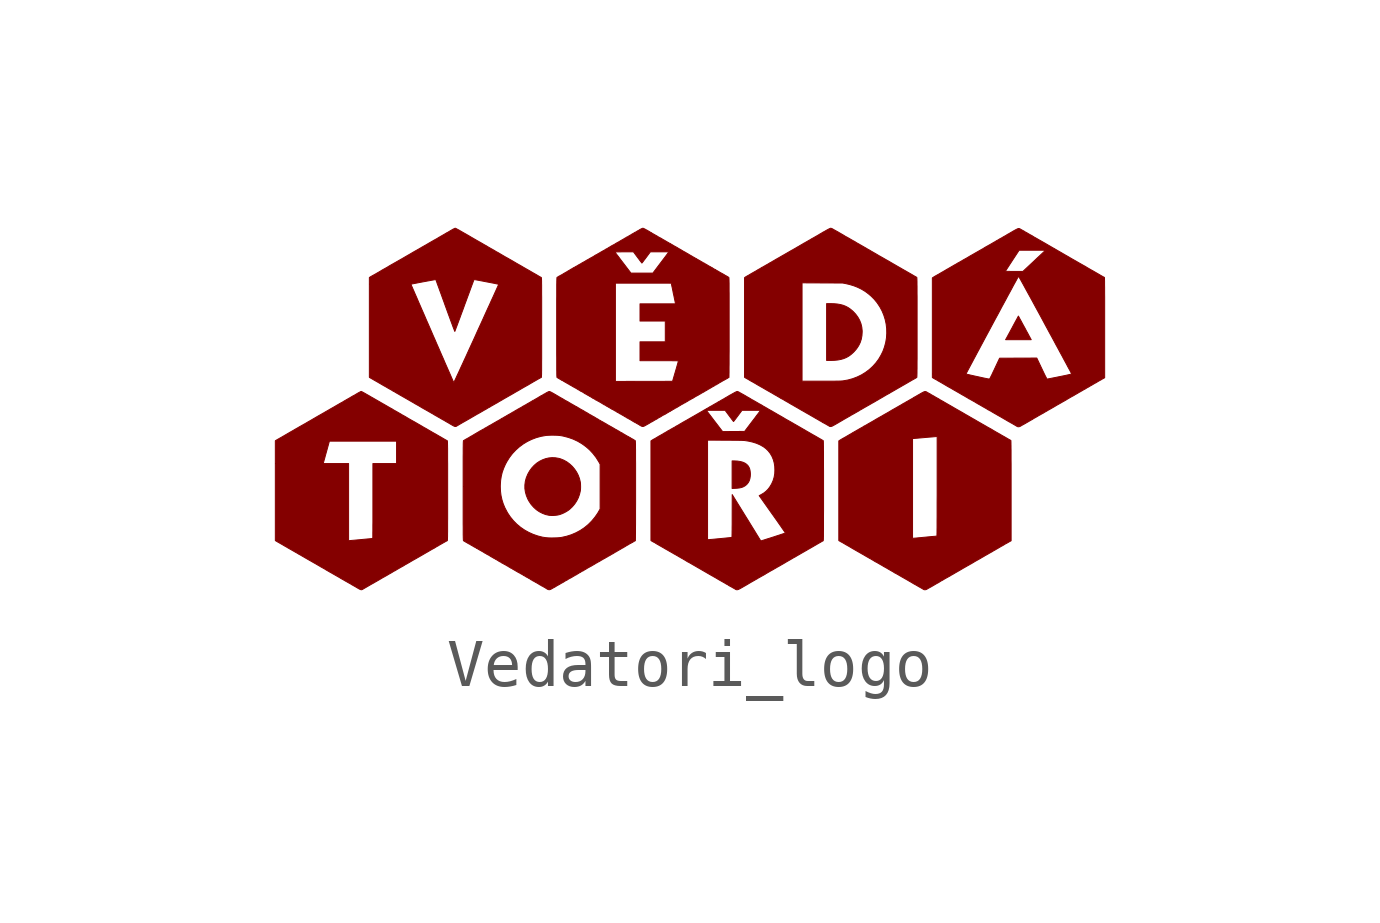
<source format=kicad_sym>
(kicad_symbol_lib
  (version 20211014)
  (generator kicad_symbol_editor)
  (symbol "Vedatori_logo"
    (pin_names
      (offset 1.016))
    (property "Reference" "G"
      (at 0 3.363 0)
      (effects (font (size 1.27 1.27)) hide))
    (symbol "Vedatori_logo_0_0"
      (polyline (pts (xy 0.963 -1.61) (xy 0.993 -1.608) (xy 1.045 -1.602) (xy 1.089 -1.592) (xy 1.127 -1.577) (xy 1.161 -1.557) (xy 1.192 -1.532) (xy 1.203 -1.52) (xy 1.228 -1.488) (xy 1.247 -1.452) (xy 1.26 -1.411) (xy 1.268 -1.362) (xy 1.269 -1.355) (xy 1.271 -1.313) (xy 1.268 -1.271) (xy 1.262 -1.231) (xy 1.253 -1.197) (xy 1.246 -1.181) (xy 1.224 -1.143) (xy 1.194 -1.111) (xy 1.156 -1.085) (xy 1.111 -1.065) (xy 1.057 -1.051) (xy 0.996 -1.042) (xy 0.927 -1.039) (xy 0.89 -1.039) (xy 0.89 -1.613) (xy 0.963 -1.61)) (stroke (width 0.01) (type default) (color 0 0 0 0)) (fill (type outline)))
      (polyline (pts (xy 3.026 1.057) (xy 3.095 1.064) (xy 3.158 1.076) (xy 3.216 1.093) (xy 3.269 1.115) (xy 3.319 1.143) (xy 3.367 1.178) (xy 3.414 1.22) (xy 3.432 1.238) (xy 3.483 1.297) (xy 3.525 1.36) (xy 3.558 1.426) (xy 3.581 1.496) (xy 3.595 1.57) (xy 3.6 1.647) (xy 3.6 1.671) (xy 3.592 1.747) (xy 3.575 1.819) (xy 3.548 1.888) (xy 3.512 1.953) (xy 3.467 2.015) (xy 3.414 2.072) (xy 3.399 2.086) (xy 3.353 2.124) (xy 3.305 2.157) (xy 3.255 2.183) (xy 3.202 2.204) (xy 3.144 2.219) (xy 3.081 2.23) (xy 3.011 2.236) (xy 2.933 2.238) (xy 2.859 2.238) (xy 2.859 1.054) (xy 2.948 1.054) (xy 3.026 1.057)) (stroke (width 0.01) (type default) (color 0 0 0 0)) (fill (type outline)))
      (polyline (pts (xy 7.106 1.515) (xy 7.106 1.516) (xy 7.1 1.526) (xy 7.09 1.545) (xy 7.076 1.57) (xy 7.06 1.601) (xy 7.041 1.636) (xy 7.019 1.675) (xy 6.997 1.718) (xy 6.973 1.761) (xy 6.968 1.77) (xy 6.945 1.812) (xy 6.924 1.851) (xy 6.905 1.887) (xy 6.888 1.917) (xy 6.874 1.943) (xy 6.864 1.962) (xy 6.857 1.974) (xy 6.854 1.978) (xy 6.854 1.977) (xy 6.85 1.97) (xy 6.842 1.956) (xy 6.831 1.934) (xy 6.816 1.907) (xy 6.798 1.874) (xy 6.778 1.837) (xy 6.756 1.796) (xy 6.733 1.753) (xy 6.728 1.743) (xy 6.704 1.699) (xy 6.682 1.658) (xy 6.661 1.619) (xy 6.642 1.585) (xy 6.627 1.556) (xy 6.614 1.533) (xy 6.605 1.516) (xy 6.6 1.508) (xy 6.588 1.487) (xy 7.122 1.487) (xy 7.106 1.515)) (stroke (width 0.01) (type default) (color 0 0 0 0)) (fill (type outline)))
      (polyline (pts (xy -2.834 -2.176) (xy -2.793 -2.173) (xy -2.752 -2.168) (xy -2.718 -2.161) (xy -2.696 -2.155) (xy -2.65 -2.138) (xy -2.603 -2.116) (xy -2.558 -2.091) (xy -2.518 -2.065) (xy -2.494 -2.046) (xy -2.439 -1.994) (xy -2.39 -1.936) (xy -2.348 -1.872) (xy -2.314 -1.805) (xy -2.289 -1.734) (xy -2.272 -1.662) (xy -2.27 -1.647) (xy -2.268 -1.616) (xy -2.267 -1.581) (xy -2.268 -1.545) (xy -2.269 -1.512) (xy -2.272 -1.485) (xy -2.273 -1.48) (xy -2.29 -1.408) (xy -2.316 -1.338) (xy -2.35 -1.272) (xy -2.392 -1.21) (xy -2.439 -1.154) (xy -2.493 -1.104) (xy -2.552 -1.06) (xy -2.616 -1.024) (xy -2.683 -0.997) (xy -2.721 -0.986) (xy -2.791 -0.974) (xy -2.86 -0.971) (xy -2.928 -0.977) (xy -2.995 -0.992) (xy -3.06 -1.016) (xy -3.122 -1.047) (xy -3.181 -1.086) (xy -3.235 -1.133) (xy -3.285 -1.187) (xy -3.329 -1.248) (xy -3.367 -1.315) (xy -3.37 -1.322) (xy -3.4 -1.395) (xy -3.419 -1.468) (xy -3.428 -1.541) (xy -3.428 -1.614) (xy -3.417 -1.687) (xy -3.397 -1.76) (xy -3.367 -1.833) (xy -3.338 -1.885) (xy -3.295 -1.948) (xy -3.244 -2.005) (xy -3.189 -2.055) (xy -3.128 -2.097) (xy -3.062 -2.131) (xy -2.994 -2.157) (xy -2.921 -2.173) (xy -2.91 -2.174) (xy -2.875 -2.176) (xy -2.834 -2.176)) (stroke (width 0.01) (type default) (color 0 0 0 0)) (fill (type outline)))
      (polyline (pts (xy -6.818 -3.72) (xy -6.807 -3.714) (xy -6.802 -3.711) (xy -6.788 -3.703) (xy -6.768 -3.691) (xy -6.743 -3.677) (xy -6.716 -3.661) (xy -6.688 -3.645) (xy -6.661 -3.629) (xy -6.636 -3.615) (xy -6.616 -3.603) (xy -6.601 -3.595) (xy -6.595 -3.592) (xy -6.577 -3.582) (xy -6.554 -3.568) (xy -6.527 -3.553) (xy -6.468 -3.519) (xy -6.441 -3.503) (xy -6.417 -3.489) (xy -6.399 -3.478) (xy -6.385 -3.47) (xy -6.374 -3.463) (xy -6.368 -3.461) (xy -6.363 -3.458) (xy -6.351 -3.452) (xy -6.333 -3.441) (xy -6.311 -3.429) (xy -6.285 -3.414) (xy -6.284 -3.413) (xy -6.259 -3.398) (xy -6.237 -3.386) (xy -6.219 -3.376) (xy -6.207 -3.369) (xy -6.202 -3.366) (xy -6.199 -3.364) (xy -6.188 -3.358) (xy -6.175 -3.349) (xy -6.162 -3.341) (xy -6.15 -3.334) (xy -6.144 -3.332) (xy -6.138 -3.33) (xy -6.127 -3.323) (xy -6.112 -3.314) (xy -6.099 -3.306) (xy -6.089 -3.299) (xy -6.084 -3.297) (xy -6.082 -3.296) (xy -6.072 -3.29) (xy -6.057 -3.282) (xy -6.039 -3.271) (xy -6.029 -3.265) (xy -6.005 -3.252) (xy -5.984 -3.24) (xy -5.967 -3.231) (xy -5.954 -3.224) (xy -5.94 -3.215) (xy -5.932 -3.209) (xy -5.927 -3.205) (xy -5.92 -3.202) (xy -5.92 -3.202) (xy -5.914 -3.199) (xy -5.901 -3.192) (xy -5.882 -3.181) (xy -5.859 -3.168) (xy -5.833 -3.153) (xy -5.806 -3.137) (xy -5.779 -3.121) (xy -5.755 -3.107) (xy -5.735 -3.096) (xy -5.723 -3.089) (xy -5.721 -3.088) (xy -5.706 -3.08) (xy -5.685 -3.068) (xy -5.661 -3.054) (xy -5.636 -3.04) (xy -5.633 -3.038) (xy -5.609 -3.024) (xy -5.586 -3.011) (xy -5.567 -3) (xy -5.554 -2.993) (xy -5.545 -2.987) (xy -5.531 -2.979) (xy -5.513 -2.969) (xy -5.49 -2.955) (xy -5.461 -2.939) (xy -5.425 -2.918) (xy -5.381 -2.892) (xy -5.377 -2.89) (xy -5.356 -2.878) (xy -5.338 -2.868) (xy -5.326 -2.862) (xy -5.321 -2.859) (xy -5.319 -2.858) (xy -5.31 -2.854) (xy -5.298 -2.845) (xy -5.288 -2.839) (xy -5.27 -2.828) (xy -5.251 -2.817) (xy -5.238 -2.811) (xy -5.225 -2.803) (xy -5.216 -2.797) (xy -5.212 -2.794) (xy -5.204 -2.789) (xy -5.202 -2.788) (xy -5.192 -2.783) (xy -5.178 -2.775) (xy -5.16 -2.765) (xy -5.138 -2.752) (xy -5.109 -2.736) (xy -5.087 -2.723) (xy -5.07 -2.714) (xy -5.059 -2.708) (xy -5.051 -2.704) (xy -5.046 -2.702) (xy -5.045 -2.701) (xy -5.044 -2.7) (xy -5.043 -2.698) (xy -5.043 -2.693) (xy -5.042 -2.687) (xy -5.041 -2.679) (xy -5.041 -2.667) (xy -5.04 -2.653) (xy -5.04 -2.635) (xy -5.039 -2.612) (xy -5.039 -2.586) (xy -5.039 -2.554) (xy -5.038 -2.518) (xy -5.038 -2.476) (xy -5.038 -2.428) (xy -5.038 -2.373) (xy -5.038 -2.312) (xy -5.037 -2.244) (xy -5.037 -2.167) (xy -5.037 -2.083) (xy -5.037 -1.991) (xy -5.037 -1.264) (xy -5.037 -1.177) (xy -5.037 -1.099) (xy -5.038 -1.028) (xy -5.038 -0.965) (xy -5.038 -0.908) (xy -5.038 -0.858) (xy -5.038 -0.815) (xy -5.038 -0.776) (xy -5.039 -0.743) (xy -5.039 -0.715) (xy -5.04 -0.692) (xy -5.04 -0.672) (xy -5.04 -0.657) (xy -5.041 -0.644) (xy -5.042 -0.635) (xy -5.042 -0.628) (xy -5.043 -0.623) (xy -5.044 -0.62) (xy -5.045 -0.619) (xy -5.046 -0.618) (xy -5.05 -0.616) (xy -5.061 -0.61) (xy -5.078 -0.601) (xy -5.097 -0.59) (xy -5.14 -0.565) (xy -5.182 -0.54) (xy -5.218 -0.52) (xy -5.247 -0.503) (xy -5.271 -0.489) (xy -5.291 -0.477) (xy -5.308 -0.468) (xy -5.323 -0.46) (xy -5.336 -0.452) (xy -5.338 -0.451) (xy -5.36 -0.439) (xy -5.386 -0.423) (xy -5.415 -0.407) (xy -5.442 -0.391) (xy -5.452 -0.385) (xy -5.474 -0.372) (xy -5.491 -0.362) (xy -5.503 -0.355) (xy -5.508 -0.353) (xy -5.51 -0.353) (xy -5.518 -0.349) (xy -5.529 -0.341) (xy -5.539 -0.336) (xy -5.555 -0.326) (xy -5.577 -0.313) (xy -5.602 -0.298) (xy -5.63 -0.282) (xy -5.658 -0.266) (xy -5.685 -0.25) (xy -5.71 -0.236) (xy -5.73 -0.224) (xy -5.745 -0.216) (xy -5.771 -0.202) (xy -5.811 -0.179) (xy -5.855 -0.154) (xy -5.901 -0.126) (xy -5.909 -0.121) (xy -5.93 -0.109) (xy -5.948 -0.099) (xy -5.96 -0.092) (xy -5.966 -0.089) (xy -5.971 -0.087) (xy -5.982 -0.081) (xy -5.996 -0.072) (xy -6.009 -0.064) (xy -6.02 -0.057) (xy -6.024 -0.055) (xy -6.027 -0.053) (xy -6.036 -0.048) (xy -6.051 -0.04) (xy -6.07 -0.029) (xy -6.08 -0.023) (xy -6.103 -0.01) (xy -6.124 0.002) (xy -6.141 0.011) (xy -6.153 0.018) (xy -6.169 0.027) (xy -6.18 0.035) (xy -6.18 0.035) (xy -6.19 0.042) (xy -6.196 0.045) (xy -6.198 0.046) (xy -6.208 0.051) (xy -6.224 0.06) (xy -6.245 0.072) (xy -6.269 0.085) (xy -6.281 0.093) (xy -6.306 0.107) (xy -6.33 0.121) (xy -6.349 0.132) (xy -6.362 0.14) (xy -6.364 0.141) (xy -6.378 0.148) (xy -6.398 0.16) (xy -6.423 0.174) (xy -6.45 0.19) (xy -6.479 0.207) (xy -6.484 0.209) (xy -6.514 0.227) (xy -6.543 0.243) (xy -6.568 0.258) (xy -6.589 0.27) (xy -6.604 0.279) (xy -6.607 0.28) (xy -6.623 0.289) (xy -6.645 0.302) (xy -6.672 0.318) (xy -6.702 0.335) (xy -6.732 0.352) (xy -6.744 0.359) (xy -6.772 0.375) (xy -6.796 0.388) (xy -6.816 0.399) (xy -6.831 0.405) (xy -6.838 0.408) (xy -6.839 0.408) (xy -6.848 0.405) (xy -6.864 0.397) (xy -6.887 0.385) (xy -6.914 0.37) (xy -6.944 0.352) (xy -6.977 0.332) (xy -6.986 0.327) (xy -6.997 0.321) (xy -7.003 0.318) (xy -7.008 0.316) (xy -7.018 0.311) (xy -7.032 0.302) (xy -7.039 0.298) (xy -7.051 0.291) (xy -7.062 0.284) (xy -7.074 0.277) (xy -7.089 0.268) (xy -7.109 0.257) (xy -7.136 0.242) (xy -7.154 0.231) (xy -7.178 0.218) (xy -7.199 0.205) (xy -7.214 0.196) (xy -7.226 0.188) (xy -7.237 0.181) (xy -7.243 0.179) (xy -7.243 0.179) (xy -7.25 0.175) (xy -7.264 0.168) (xy -7.283 0.157) (xy -7.307 0.143) (xy -7.333 0.128) (xy -7.361 0.112) (xy -7.394 0.092) (xy -7.426 0.074) (xy -7.456 0.057) (xy -7.479 0.044) (xy -7.501 0.031) (xy -7.53 0.014) (xy -7.558 -0.002) (xy -7.581 -0.015) (xy -7.593 -0.022) (xy -7.614 -0.035) (xy -7.633 -0.045) (xy -7.647 -0.053) (xy -7.652 -0.056) (xy -7.667 -0.065) (xy -7.688 -0.077) (xy -7.714 -0.091) (xy -7.743 -0.108) (xy -7.774 -0.126) (xy -7.801 -0.142) (xy -7.841 -0.165) (xy -7.881 -0.189) (xy -7.92 -0.211) (xy -7.957 -0.232) (xy -7.99 -0.252) (xy -8.02 -0.269) (xy -8.044 -0.282) (xy -8.062 -0.293) (xy -8.072 -0.298) (xy -8.084 -0.305) (xy -8.103 -0.316) (xy -8.127 -0.329) (xy -8.152 -0.344) (xy -8.178 -0.359) (xy -8.203 -0.373) (xy -8.224 -0.385) (xy -8.24 -0.395) (xy -8.25 -0.401) (xy -8.259 -0.406) (xy -8.276 -0.416) (xy -8.294 -0.426) (xy -8.295 -0.427) (xy -8.305 -0.432) (xy -8.315 -0.438) (xy -8.326 -0.444) (xy -8.341 -0.453) (xy -8.36 -0.464) (xy -8.384 -0.478) (xy -8.415 -0.496) (xy -8.452 -0.518) (xy -8.46 -0.522) (xy -8.485 -0.537) (xy -8.511 -0.552) (xy -8.533 -0.564) (xy -8.535 -0.565) (xy -8.557 -0.578) (xy -8.58 -0.591) (xy -8.599 -0.602) (xy -8.627 -0.619) (xy -8.627 -1.094) (xy -7.629 -1.094) (xy -7.625 -1.077) (xy -7.621 -1.063) (xy -7.615 -1.04) (xy -7.607 -1.012) (xy -7.597 -0.977) (xy -7.587 -0.938) (xy -7.575 -0.895) (xy -7.562 -0.849) (xy -7.501 -0.627) (xy -6.801 -0.627) (xy -6.101 -0.627) (xy -6.101 -1.094) (xy -6.594 -1.094) (xy -6.594 -1.924) (xy -6.594 -2.01) (xy -6.594 -2.092) (xy -6.594 -2.172) (xy -6.594 -2.247) (xy -6.594 -2.317) (xy -6.595 -2.382) (xy -6.595 -2.442) (xy -6.595 -2.495) (xy -6.596 -2.542) (xy -6.596 -2.582) (xy -6.596 -2.613) (xy -6.597 -2.636) (xy -6.597 -2.651) (xy -6.597 -2.655) (xy -6.603 -2.656) (xy -6.617 -2.657) (xy -6.64 -2.659) (xy -6.669 -2.662) (xy -6.705 -2.665) (xy -6.745 -2.669) (xy -6.789 -2.673) (xy -6.837 -2.678) (xy -6.883 -2.682) (xy -6.928 -2.686) (xy -6.97 -2.69) (xy -7.007 -2.693) (xy -7.038 -2.696) (xy -7.062 -2.698) (xy -7.079 -2.7) (xy -7.087 -2.7) (xy -7.101 -2.7) (xy -7.101 -1.094) (xy -7.629 -1.094) (xy -8.627 -1.094) (xy -8.627 -2.699) (xy -8.611 -2.709) (xy -8.61 -2.709) (xy -8.597 -2.717) (xy -8.579 -2.728) (xy -8.56 -2.738) (xy -8.535 -2.753) (xy -8.491 -2.778) (xy -8.455 -2.799) (xy -8.425 -2.817) (xy -8.401 -2.83) (xy -8.382 -2.841) (xy -8.368 -2.85) (xy -8.357 -2.856) (xy -8.35 -2.86) (xy -8.344 -2.864) (xy -8.341 -2.865) (xy -8.328 -2.873) (xy -8.317 -2.879) (xy -8.313 -2.881) (xy -8.307 -2.884) (xy -8.3 -2.888) (xy -8.289 -2.895) (xy -8.273 -2.904) (xy -8.252 -2.916) (xy -8.223 -2.933) (xy -8.209 -2.941) (xy -8.193 -2.95) (xy -8.181 -2.956) (xy -8.177 -2.959) (xy -8.173 -2.961) (xy -8.162 -2.967) (xy -8.149 -2.976) (xy -8.136 -2.984) (xy -8.124 -2.991) (xy -8.117 -2.994) (xy -8.11 -2.996) (xy -8.1 -3.003) (xy -8.091 -3.009) (xy -8.075 -3.018) (xy -8.058 -3.028) (xy -8.042 -3.037) (xy -8.02 -3.05) (xy -7.996 -3.064) (xy -7.971 -3.078) (xy -7.963 -3.083) (xy -7.939 -3.097) (xy -7.909 -3.114) (xy -7.875 -3.133) (xy -7.841 -3.153) (xy -7.807 -3.172) (xy -7.786 -3.184) (xy -7.757 -3.201) (xy -7.731 -3.216) (xy -7.71 -3.228) (xy -7.695 -3.237) (xy -7.688 -3.242) (xy -7.677 -3.248) (xy -7.661 -3.257) (xy -7.625 -3.277) (xy -7.609 -3.286) (xy -7.598 -3.292) (xy -7.59 -3.297) (xy -7.575 -3.307) (xy -7.555 -3.319) (xy -7.532 -3.332) (xy -7.509 -3.345) (xy -7.488 -3.358) (xy -7.47 -3.367) (xy -7.429 -3.391) (xy -7.343 -3.44) (xy -7.329 -3.448) (xy -7.313 -3.457) (xy -7.301 -3.464) (xy -7.296 -3.466) (xy -7.293 -3.467) (xy -7.285 -3.473) (xy -7.279 -3.477) (xy -7.266 -3.486) (xy -7.25 -3.494) (xy -7.248 -3.496) (xy -7.232 -3.505) (xy -7.21 -3.517) (xy -7.186 -3.531) (xy -7.161 -3.546) (xy -7.153 -3.55) (xy -7.13 -3.563) (xy -7.109 -3.575) (xy -7.093 -3.584) (xy -7.083 -3.589) (xy -7.076 -3.593) (xy -7.06 -3.602) (xy -7.044 -3.612) (xy -7.033 -3.619) (xy -7.018 -3.628) (xy -7.006 -3.634) (xy -7.002 -3.636) (xy -6.99 -3.644) (xy -6.971 -3.654) (xy -6.949 -3.667) (xy -6.924 -3.682) (xy -6.903 -3.694) (xy -6.878 -3.708) (xy -6.858 -3.718) (xy -6.842 -3.723) (xy -6.83 -3.723) (xy -6.818 -3.72)) (stroke (width 0.01) (type default) (color 0 0 0 0)) (fill (type outline)))
      (polyline (pts (xy 4.928 -3.721) (xy 4.947 -3.713) (xy 4.96 -3.705) (xy 4.978 -3.694) (xy 4.997 -3.684) (xy 5.008 -3.678) (xy 5.028 -3.667) (xy 5.053 -3.653) (xy 5.08 -3.637) (xy 5.108 -3.621) (xy 5.131 -3.607) (xy 5.154 -3.594) (xy 5.172 -3.584) (xy 5.184 -3.578) (xy 5.189 -3.575) (xy 5.19 -3.575) (xy 5.197 -3.571) (xy 5.208 -3.563) (xy 5.215 -3.559) (xy 5.231 -3.548) (xy 5.248 -3.538) (xy 5.259 -3.533) (xy 5.272 -3.526) (xy 5.281 -3.521) (xy 5.287 -3.517) (xy 5.3 -3.509) (xy 5.318 -3.498) (xy 5.338 -3.487) (xy 5.359 -3.475) (xy 5.379 -3.464) (xy 5.396 -3.455) (xy 5.407 -3.448) (xy 5.412 -3.446) (xy 5.417 -3.444) (xy 5.427 -3.438) (xy 5.441 -3.429) (xy 5.454 -3.421) (xy 5.465 -3.414) (xy 5.471 -3.411) (xy 5.474 -3.41) (xy 5.483 -3.405) (xy 5.496 -3.398) (xy 5.503 -3.393) (xy 5.517 -3.385) (xy 5.527 -3.379) (xy 5.548 -3.367) (xy 5.574 -3.352) (xy 5.6 -3.337) (xy 5.625 -3.323) (xy 5.647 -3.31) (xy 5.664 -3.3) (xy 5.674 -3.294) (xy 5.681 -3.29) (xy 5.698 -3.28) (xy 5.716 -3.269) (xy 5.726 -3.264) (xy 5.745 -3.253) (xy 5.768 -3.24) (xy 5.79 -3.227) (xy 5.807 -3.218) (xy 5.83 -3.205) (xy 5.85 -3.193) (xy 5.865 -3.185) (xy 5.875 -3.18) (xy 5.893 -3.169) (xy 5.907 -3.16) (xy 5.908 -3.16) (xy 5.928 -3.148) (xy 5.952 -3.133) (xy 5.979 -3.118) (xy 6.006 -3.103) (xy 6.029 -3.09) (xy 6.047 -3.08) (xy 6.059 -3.073) (xy 6.071 -3.067) (xy 6.077 -3.063) (xy 6.077 -3.062) (xy 6.084 -3.058) (xy 6.097 -3.05) (xy 6.114 -3.041) (xy 6.117 -3.039) (xy 6.134 -3.03) (xy 6.148 -3.021) (xy 6.156 -3.015) (xy 6.162 -3.011) (xy 6.168 -3.008) (xy 6.169 -3.008) (xy 6.176 -3.005) (xy 6.19 -2.997) (xy 6.209 -2.986) (xy 6.231 -2.974) (xy 6.237 -2.97) (xy 6.258 -2.958) (xy 6.276 -2.948) (xy 6.288 -2.941) (xy 6.293 -2.939) (xy 6.294 -2.939) (xy 6.301 -2.935) (xy 6.312 -2.927) (xy 6.321 -2.922) (xy 6.337 -2.912) (xy 6.355 -2.902) (xy 6.368 -2.895) (xy 6.381 -2.888) (xy 6.39 -2.882) (xy 6.393 -2.88) (xy 6.405 -2.873) (xy 6.42 -2.865) (xy 6.421 -2.864) (xy 6.437 -2.855) (xy 6.457 -2.843) (xy 6.477 -2.831) (xy 6.483 -2.828) (xy 6.499 -2.818) (xy 6.511 -2.812) (xy 6.516 -2.809) (xy 6.519 -2.808) (xy 6.529 -2.803) (xy 6.543 -2.794) (xy 6.553 -2.788) (xy 6.573 -2.775) (xy 6.593 -2.764) (xy 6.605 -2.758) (xy 6.627 -2.746) (xy 6.646 -2.735) (xy 6.656 -2.729) (xy 6.673 -2.719) (xy 6.687 -2.712) (xy 6.703 -2.703) (xy 6.703 -1.526) (xy 6.703 -1.406) (xy 6.703 -1.296) (xy 6.703 -1.195) (xy 6.703 -1.103) (xy 6.702 -1.019) (xy 6.702 -0.945) (xy 6.702 -0.878) (xy 6.702 -0.82) (xy 6.701 -0.769) (xy 6.701 -0.726) (xy 6.7 -0.69) (xy 6.7 -0.661) (xy 6.699 -0.639) (xy 6.699 -0.624) (xy 6.698 -0.615) (xy 6.697 -0.612) (xy 6.697 -0.612) (xy 6.691 -0.609) (xy 6.678 -0.602) (xy 6.66 -0.592) (xy 6.639 -0.58) (xy 6.622 -0.57) (xy 6.593 -0.553) (xy 6.564 -0.536) (xy 6.539 -0.522) (xy 6.524 -0.514) (xy 6.504 -0.503) (xy 6.489 -0.493) (xy 6.479 -0.488) (xy 6.469 -0.481) (xy 6.457 -0.475) (xy 6.454 -0.473) (xy 6.436 -0.463) (xy 6.415 -0.451) (xy 6.392 -0.438) (xy 6.369 -0.425) (xy 6.349 -0.413) (xy 6.332 -0.403) (xy 6.32 -0.396) (xy 6.315 -0.393) (xy 6.313 -0.391) (xy 6.304 -0.385) (xy 6.291 -0.378) (xy 6.288 -0.376) (xy 6.273 -0.368) (xy 6.253 -0.357) (xy 6.229 -0.344) (xy 6.204 -0.33) (xy 6.179 -0.315) (xy 6.146 -0.296) (xy 6.12 -0.281) (xy 6.098 -0.269) (xy 6.08 -0.258) (xy 6.064 -0.249) (xy 6.048 -0.24) (xy 6.032 -0.231) (xy 6.022 -0.225) (xy 6.003 -0.214) (xy 5.987 -0.205) (xy 5.977 -0.199) (xy 5.969 -0.194) (xy 5.954 -0.185) (xy 5.937 -0.175) (xy 5.923 -0.168) (xy 5.901 -0.155) (xy 5.88 -0.143) (xy 5.877 -0.141) (xy 5.859 -0.131) (xy 5.837 -0.118) (xy 5.811 -0.103) (xy 5.786 -0.088) (xy 5.781 -0.086) (xy 5.753 -0.07) (xy 5.726 -0.054) (xy 5.701 -0.039) (xy 5.682 -0.028) (xy 5.673 -0.023) (xy 5.657 -0.014) (xy 5.646 -0.007) (xy 5.642 -0.005) (xy 5.641 -0.005) (xy 5.637 -0.003) (xy 5.627 0.003) (xy 5.612 0.012) (xy 5.59 0.024) (xy 5.561 0.041) (xy 5.524 0.062) (xy 5.48 0.088) (xy 5.468 0.095) (xy 5.442 0.11) (xy 5.416 0.125) (xy 5.395 0.137) (xy 5.387 0.141) (xy 5.364 0.155) (xy 5.337 0.17) (xy 5.313 0.184) (xy 5.302 0.191) (xy 5.279 0.204) (xy 5.258 0.216) (xy 5.241 0.225) (xy 5.228 0.232) (xy 5.215 0.24) (xy 5.206 0.246) (xy 5.201 0.25) (xy 5.189 0.257) (xy 5.165 0.27) (xy 5.146 0.28) (xy 5.124 0.293) (xy 5.102 0.306) (xy 5.087 0.315) (xy 5.071 0.324) (xy 5.058 0.331) (xy 5.052 0.333) (xy 5.049 0.334) (xy 5.041 0.34) (xy 5.04 0.341) (xy 5.031 0.347) (xy 5.017 0.356) (xy 5 0.365) (xy 4.999 0.365) (xy 4.979 0.376) (xy 4.96 0.387) (xy 4.945 0.396) (xy 4.944 0.396) (xy 4.932 0.403) (xy 4.92 0.406) (xy 4.908 0.406) (xy 4.894 0.403) (xy 4.875 0.395) (xy 4.852 0.383) (xy 4.821 0.366) (xy 4.803 0.355) (xy 4.778 0.341) (xy 4.757 0.329) (xy 4.741 0.32) (xy 4.731 0.314) (xy 4.724 0.309) (xy 4.708 0.3) (xy 4.69 0.291) (xy 4.679 0.285) (xy 4.667 0.278) (xy 4.662 0.274) (xy 4.658 0.27) (xy 4.648 0.264) (xy 4.633 0.256) (xy 4.629 0.254) (xy 4.61 0.243) (xy 4.588 0.231) (xy 4.567 0.218) (xy 4.556 0.212) (xy 4.54 0.203) (xy 4.528 0.196) (xy 4.523 0.194) (xy 4.52 0.193) (xy 4.511 0.187) (xy 4.498 0.179) (xy 4.489 0.173) (xy 4.478 0.167) (xy 4.472 0.164) (xy 4.467 0.162) (xy 4.455 0.156) (xy 4.441 0.147) (xy 4.428 0.138) (xy 4.418 0.132) (xy 4.413 0.129) (xy 4.411 0.128) (xy 4.401 0.123) (xy 4.386 0.114) (xy 4.367 0.104) (xy 4.335 0.085) (xy 4.279 0.053) (xy 4.227 0.024) (xy 4.214 0.016) (xy 4.2 0.008) (xy 4.192 0.003) (xy 4.189 0.0004) (xy 4.178 -0.006) (xy 4.161 -0.016) (xy 4.142 -0.027) (xy 4.137 -0.03) (xy 4.112 -0.044) (xy 4.085 -0.059) (xy 4.063 -0.072) (xy 4.06 -0.073) (xy 4.038 -0.086) (xy 4.015 -0.1) (xy 3.995 -0.111) (xy 3.982 -0.118) (xy 3.952 -0.135) (xy 3.924 -0.151) (xy 3.898 -0.166) (xy 3.877 -0.178) (xy 3.864 -0.186) (xy 3.857 -0.191) (xy 3.841 -0.2) (xy 3.821 -0.212) (xy 3.799 -0.224) (xy 3.788 -0.231) (xy 3.759 -0.247) (xy 3.729 -0.264) (xy 3.703 -0.279) (xy 3.686 -0.29) (xy 3.668 -0.299) (xy 3.656 -0.306) (xy 3.651 -0.308) (xy 3.648 -0.309) (xy 3.639 -0.314) (xy 3.627 -0.322) (xy 3.621 -0.326) (xy 3.608 -0.335) (xy 3.599 -0.34) (xy 3.599 -0.34) (xy 3.591 -0.344) (xy 3.576 -0.352) (xy 3.556 -0.363) (xy 3.532 -0.377) (xy 3.505 -0.393) (xy 3.501 -0.395) (xy 3.475 -0.41) (xy 3.453 -0.423) (xy 3.435 -0.433) (xy 3.423 -0.44) (xy 3.418 -0.443) (xy 3.416 -0.443) (xy 3.407 -0.448) (xy 3.395 -0.456) (xy 3.389 -0.46) (xy 3.373 -0.47) (xy 3.359 -0.478) (xy 3.356 -0.479) (xy 3.344 -0.486) (xy 3.325 -0.497) (xy 3.303 -0.51) (xy 3.279 -0.524) (xy 3.272 -0.528) (xy 3.247 -0.543) (xy 3.222 -0.557) (xy 3.201 -0.568) (xy 3.191 -0.574) (xy 4.649 -0.574) (xy 4.894 -0.553) (xy 4.901 -0.552) (xy 4.949 -0.548) (xy 4.994 -0.544) (xy 5.036 -0.541) (xy 5.073 -0.538) (xy 5.103 -0.535) (xy 5.127 -0.533) (xy 5.143 -0.532) (xy 5.15 -0.532) (xy 5.162 -0.532) (xy 5.162 -1.767) (xy 5.161 -1.891) (xy 5.161 -2.005) (xy 5.161 -2.109) (xy 5.161 -2.204) (xy 5.16 -2.288) (xy 5.16 -2.362) (xy 5.16 -2.427) (xy 5.159 -2.481) (xy 5.159 -2.526) (xy 5.158 -2.561) (xy 5.158 -2.586) (xy 5.157 -2.601) (xy 5.157 -2.606) (xy 5.151 -2.606) (xy 5.136 -2.607) (xy 5.113 -2.61) (xy 5.084 -2.612) (xy 5.048 -2.615) (xy 5.008 -2.619) (xy 4.963 -2.623) (xy 4.916 -2.628) (xy 4.869 -2.632) (xy 4.824 -2.637) (xy 4.782 -2.64) (xy 4.745 -2.644) (xy 4.714 -2.647) (xy 4.689 -2.649) (xy 4.673 -2.65) (xy 4.665 -2.65) (xy 4.649 -2.65) (xy 4.649 -0.574) (xy 3.191 -0.574) (xy 3.187 -0.577) (xy 3.175 -0.583) (xy 3.154 -0.596) (xy 3.136 -0.607) (xy 3.113 -0.622) (xy 3.113 -2.699) (xy 3.147 -2.719) (xy 3.152 -2.722) (xy 3.168 -2.731) (xy 3.18 -2.737) (xy 3.185 -2.74) (xy 3.187 -2.741) (xy 3.196 -2.746) (xy 3.209 -2.753) (xy 3.214 -2.757) (xy 3.233 -2.768) (xy 3.251 -2.778) (xy 3.253 -2.78) (xy 3.269 -2.789) (xy 3.291 -2.801) (xy 3.316 -2.815) (xy 3.341 -2.83) (xy 3.365 -2.844) (xy 3.384 -2.856) (xy 3.389 -2.859) (xy 3.405 -2.868) (xy 3.426 -2.88) (xy 3.45 -2.894) (xy 3.476 -2.909) (xy 3.492 -2.918) (xy 3.516 -2.932) (xy 3.538 -2.944) (xy 3.555 -2.954) (xy 3.565 -2.96) (xy 3.578 -2.967) (xy 3.596 -2.978) (xy 3.615 -2.988) (xy 3.616 -2.989) (xy 3.634 -2.999) (xy 3.657 -3.013) (xy 3.683 -3.028) (xy 3.708 -3.042) (xy 3.716 -3.047) (xy 3.737 -3.059) (xy 3.754 -3.069) (xy 3.767 -3.076) (xy 3.772 -3.078) (xy 3.776 -3.079) (xy 3.784 -3.085) (xy 3.791 -3.09) (xy 3.805 -3.098) (xy 3.821 -3.107) (xy 3.836 -3.116) (xy 3.852 -3.126) (xy 3.863 -3.133) (xy 3.863 -3.133) (xy 3.873 -3.14) (xy 3.88 -3.143) (xy 3.882 -3.143) (xy 3.892 -3.148) (xy 3.907 -3.156) (xy 3.925 -3.167) (xy 3.932 -3.171) (xy 3.954 -3.183) (xy 3.973 -3.195) (xy 3.988 -3.203) (xy 3.995 -3.207) (xy 4.009 -3.215) (xy 4.018 -3.22) (xy 4.02 -3.222) (xy 4.031 -3.228) (xy 4.046 -3.238) (xy 4.065 -3.248) (xy 4.072 -3.252) (xy 4.092 -3.263) (xy 4.11 -3.273) (xy 4.122 -3.28) (xy 4.13 -3.285) (xy 4.16 -3.303) (xy 4.184 -3.316) (xy 4.202 -3.327) (xy 4.218 -3.336) (xy 4.232 -3.343) (xy 4.245 -3.351) (xy 4.258 -3.359) (xy 4.265 -3.365) (xy 4.27 -3.369) (xy 4.282 -3.374) (xy 4.282 -3.374) (xy 4.292 -3.379) (xy 4.307 -3.387) (xy 4.326 -3.398) (xy 4.348 -3.41) (xy 4.35 -3.411) (xy 4.373 -3.425) (xy 4.394 -3.437) (xy 4.411 -3.447) (xy 4.421 -3.453) (xy 4.431 -3.459) (xy 4.448 -3.468) (xy 4.465 -3.478) (xy 4.493 -3.494) (xy 4.521 -3.51) (xy 4.551 -3.527) (xy 4.579 -3.544) (xy 4.606 -3.559) (xy 4.63 -3.573) (xy 4.648 -3.584) (xy 4.661 -3.592) (xy 4.667 -3.595) (xy 4.672 -3.599) (xy 4.684 -3.605) (xy 4.699 -3.614) (xy 4.707 -3.618) (xy 4.724 -3.627) (xy 4.746 -3.64) (xy 4.771 -3.655) (xy 4.798 -3.67) (xy 4.825 -3.685) (xy 4.849 -3.699) (xy 4.869 -3.711) (xy 4.883 -3.719) (xy 4.89 -3.722) (xy 4.908 -3.724) (xy 4.928 -3.721)) (stroke (width 0.01) (type default) (color 0 0 0 0)) (fill (type outline)))
      (polyline (pts (xy 2.97 -0.317) (xy 2.999 -0.302) (xy 3.004 -0.299) (xy 3.023 -0.289) (xy 3.039 -0.28) (xy 3.05 -0.274) (xy 3.057 -0.27) (xy 3.073 -0.26) (xy 3.097 -0.247) (xy 3.128 -0.228) (xy 3.167 -0.206) (xy 3.212 -0.179) (xy 3.264 -0.149) (xy 3.275 -0.143) (xy 3.298 -0.13) (xy 3.32 -0.117) (xy 3.337 -0.108) (xy 3.349 -0.101) (xy 3.363 -0.092) (xy 3.372 -0.086) (xy 3.377 -0.082) (xy 3.383 -0.08) (xy 3.383 -0.079) (xy 3.391 -0.076) (xy 3.404 -0.069) (xy 3.423 -0.058) (xy 3.445 -0.046) (xy 3.448 -0.044) (xy 3.471 -0.031) (xy 3.493 -0.018) (xy 3.51 -0.009) (xy 3.522 -0.002) (xy 3.526 0.0001) (xy 3.536 0.006) (xy 3.54 0.011) (xy 3.543 0.014) (xy 3.552 0.018) (xy 3.558 0.021) (xy 3.572 0.028) (xy 3.588 0.037) (xy 3.596 0.042) (xy 3.615 0.053) (xy 3.637 0.066) (xy 3.66 0.079) (xy 3.672 0.086) (xy 3.697 0.1) (xy 3.72 0.113) (xy 3.739 0.124) (xy 3.749 0.129) (xy 3.769 0.141) (xy 3.793 0.155) (xy 3.821 0.171) (xy 3.849 0.186) (xy 3.869 0.198) (xy 3.894 0.213) (xy 3.916 0.225) (xy 3.933 0.235) (xy 3.943 0.241) (xy 3.954 0.248) (xy 3.971 0.258) (xy 3.993 0.27) (xy 4.015 0.283) (xy 4.036 0.295) (xy 4.062 0.311) (xy 4.087 0.325) (xy 4.106 0.337) (xy 4.112 0.34) (xy 4.128 0.349) (xy 4.14 0.356) (xy 4.146 0.358) (xy 4.151 0.36) (xy 4.162 0.366) (xy 4.176 0.375) (xy 4.188 0.384) (xy 4.199 0.39) (xy 4.204 0.393) (xy 4.208 0.394) (xy 4.218 0.4) (xy 4.235 0.41) (xy 4.256 0.422) (xy 4.28 0.436) (xy 4.296 0.445) (xy 4.323 0.461) (xy 4.347 0.475) (xy 4.367 0.486) (xy 4.381 0.494) (xy 4.393 0.501) (xy 4.41 0.51) (xy 4.421 0.518) (xy 4.422 0.518) (xy 4.432 0.524) (xy 4.437 0.527) (xy 4.438 0.527) (xy 4.444 0.53) (xy 4.457 0.538) (xy 4.475 0.548) (xy 4.496 0.56) (xy 4.519 0.574) (xy 4.545 0.588) (xy 4.567 0.602) (xy 4.585 0.612) (xy 4.603 0.622) (xy 4.621 0.633) (xy 4.634 0.641) (xy 4.637 0.642) (xy 4.652 0.651) (xy 4.664 0.657) (xy 4.671 0.661) (xy 4.686 0.669) (xy 4.713 0.685) (xy 4.726 0.693) (xy 4.735 0.698) (xy 4.736 0.698) (xy 4.737 0.699) (xy 4.738 0.702) (xy 4.738 0.706) (xy 4.739 0.712) (xy 4.74 0.721) (xy 4.74 0.733) (xy 4.741 0.747) (xy 4.741 0.766) (xy 4.742 0.788) (xy 4.742 0.815) (xy 4.742 0.846) (xy 4.743 0.883) (xy 4.743 0.925) (xy 4.743 0.973) (xy 4.743 1.028) (xy 4.744 1.089) (xy 4.744 1.158) (xy 4.744 1.234) (xy 4.744 1.318) (xy 4.744 1.411) (xy 4.744 2.058) (xy 4.744 2.152) (xy 4.744 2.238) (xy 4.744 2.316) (xy 4.744 2.386) (xy 4.743 2.449) (xy 4.743 2.505) (xy 4.743 2.554) (xy 4.743 2.598) (xy 4.742 2.636) (xy 4.742 2.668) (xy 4.742 2.696) (xy 4.741 2.719) (xy 4.741 2.737) (xy 4.74 2.752) (xy 4.74 2.764) (xy 4.739 2.773) (xy 4.738 2.779) (xy 4.738 2.783) (xy 4.737 2.786) (xy 4.736 2.787) (xy 4.734 2.787) (xy 4.725 2.792) (xy 4.71 2.801) (xy 4.69 2.812) (xy 4.667 2.825) (xy 4.651 2.835) (xy 4.627 2.849) (xy 4.604 2.862) (xy 4.58 2.876) (xy 4.555 2.89) (xy 4.524 2.908) (xy 4.488 2.929) (xy 4.486 2.929) (xy 4.465 2.942) (xy 4.446 2.952) (xy 4.433 2.96) (xy 4.426 2.964) (xy 4.416 2.97) (xy 4.399 2.98) (xy 4.379 2.991) (xy 4.358 3.003) (xy 4.34 3.014) (xy 4.327 3.021) (xy 4.323 3.023) (xy 4.309 3.031) (xy 4.29 3.043) (xy 4.266 3.056) (xy 4.232 3.076) (xy 4.206 3.091) (xy 4.181 3.106) (xy 4.16 3.118) (xy 4.145 3.127) (xy 4.13 3.135) (xy 4.109 3.147) (xy 4.084 3.161) (xy 4.06 3.175) (xy 4.038 3.188) (xy 4.014 3.201) (xy 3.992 3.214) (xy 3.976 3.223) (xy 3.961 3.231) (xy 3.945 3.24) (xy 3.934 3.247) (xy 3.931 3.248) (xy 3.919 3.256) (xy 3.902 3.266) (xy 3.88 3.279) (xy 3.857 3.292) (xy 3.834 3.305) (xy 3.814 3.317) (xy 3.799 3.325) (xy 3.794 3.328) (xy 3.777 3.338) (xy 3.761 3.348) (xy 3.753 3.353) (xy 3.742 3.359) (xy 3.737 3.361) (xy 3.735 3.362) (xy 3.726 3.367) (xy 3.714 3.374) (xy 3.709 3.377) (xy 3.693 3.387) (xy 3.678 3.396) (xy 3.65 3.412) (xy 3.625 3.426) (xy 3.601 3.44) (xy 3.573 3.456) (xy 3.562 3.462) (xy 3.539 3.476) (xy 3.517 3.488) (xy 3.501 3.497) (xy 3.488 3.504) (xy 3.474 3.512) (xy 3.466 3.518) (xy 3.459 3.523) (xy 3.445 3.531) (xy 3.429 3.54) (xy 3.417 3.546) (xy 3.396 3.558) (xy 3.373 3.571) (xy 3.349 3.585) (xy 3.333 3.595) (xy 3.309 3.608) (xy 3.286 3.621) (xy 3.269 3.63) (xy 3.254 3.638) (xy 3.24 3.646) (xy 3.232 3.651) (xy 3.231 3.652) (xy 3.221 3.659) (xy 3.207 3.667) (xy 3.2 3.671) (xy 3.184 3.68) (xy 3.164 3.692) (xy 3.143 3.704) (xy 3.125 3.714) (xy 3.104 3.727) (xy 3.088 3.736) (xy 3.073 3.744) (xy 3.059 3.752) (xy 3.042 3.761) (xy 3.03 3.768) (xy 3.008 3.78) (xy 2.988 3.792) (xy 2.973 3.8) (xy 2.957 3.806) (xy 2.945 3.809) (xy 2.937 3.807) (xy 2.92 3.8) (xy 2.897 3.789) (xy 2.87 3.774) (xy 2.865 3.772) (xy 2.841 3.758) (xy 2.819 3.745) (xy 2.8 3.735) (xy 2.788 3.729) (xy 2.782 3.725) (xy 2.77 3.719) (xy 2.765 3.715) (xy 2.76 3.712) (xy 2.75 3.705) (xy 2.735 3.697) (xy 2.723 3.691) (xy 2.704 3.679) (xy 2.688 3.669) (xy 2.678 3.663) (xy 2.659 3.652) (xy 2.64 3.642) (xy 2.629 3.635) (xy 2.609 3.624) (xy 2.592 3.614) (xy 2.584 3.609) (xy 2.573 3.603) (xy 2.567 3.6) (xy 2.562 3.598) (xy 2.551 3.592) (xy 2.537 3.583) (xy 2.524 3.574) (xy 2.513 3.568) (xy 2.508 3.565) (xy 2.507 3.565) (xy 2.5 3.561) (xy 2.487 3.554) (xy 2.468 3.543) (xy 2.447 3.53) (xy 2.44 3.527) (xy 2.419 3.515) (xy 2.402 3.505) (xy 2.39 3.498) (xy 2.384 3.496) (xy 2.383 3.495) (xy 2.376 3.492) (xy 2.365 3.484) (xy 2.357 3.479) (xy 2.34 3.469) (xy 2.322 3.459) (xy 2.31 3.452) (xy 2.296 3.444) (xy 2.287 3.438) (xy 2.282 3.434) (xy 2.276 3.431) (xy 2.275 3.431) (xy 2.267 3.427) (xy 2.253 3.419) (xy 2.236 3.409) (xy 2.236 3.409) (xy 2.213 3.395) (xy 2.187 3.38) (xy 2.163 3.367) (xy 2.163 3.366) (xy 2.139 3.353) (xy 2.112 3.338) (xy 2.088 3.324) (xy 2.081 3.32) (xy 2.057 3.306) (xy 2.031 3.291) (xy 2.006 3.277) (xy 1.997 3.271) (xy 1.972 3.257) (xy 1.949 3.244) (xy 1.929 3.233) (xy 1.92 3.227) (xy 1.9 3.216) (xy 1.875 3.201) (xy 1.848 3.186) (xy 1.82 3.17) (xy 1.8 3.159) (xy 1.774 3.143) (xy 1.75 3.129) (xy 1.73 3.118) (xy 1.717 3.11) (xy 1.705 3.102) (xy 1.693 3.095) (xy 1.687 3.093) (xy 1.684 3.092) (xy 1.675 3.087) (xy 1.663 3.079) (xy 1.657 3.075) (xy 1.644 3.067) (xy 1.635 3.062) (xy 1.626 3.057) (xy 1.611 3.049) (xy 1.592 3.038) (xy 1.571 3.026) (xy 1.568 3.024) (xy 1.547 3.012) (xy 1.53 3.002) (xy 1.517 2.996) (xy 1.512 2.994) (xy 1.506 2.991) (xy 1.496 2.984) (xy 1.495 2.983) (xy 1.484 2.976) (xy 1.468 2.966) (xy 1.45 2.956) (xy 1.445 2.954) (xy 1.429 2.945) (xy 1.417 2.938) (xy 1.412 2.934) (xy 1.411 2.933) (xy 1.404 2.929) (xy 1.392 2.922) (xy 1.377 2.913) (xy 1.355 2.901) (xy 1.332 2.888) (xy 1.309 2.875) (xy 1.287 2.862) (xy 1.269 2.852) (xy 1.256 2.844) (xy 1.25 2.84) (xy 1.245 2.837) (xy 1.233 2.83) (xy 1.218 2.822) (xy 1.207 2.816) (xy 1.187 2.804) (xy 1.17 2.794) (xy 1.149 2.779) (xy 1.149 0.702) (xy 1.183 0.682) (xy 1.188 0.679) (xy 1.204 0.67) (xy 1.215 0.664) (xy 1.221 0.661) (xy 1.222 0.661) (xy 1.229 0.657) (xy 1.24 0.65) (xy 1.242 0.648) (xy 1.255 0.64) (xy 1.273 0.629) (xy 1.287 0.622) (xy 2.347 0.622) (xy 2.347 2.671) (xy 3.195 2.667) (xy 3.262 2.654) (xy 3.339 2.636) (xy 3.425 2.61) (xy 3.506 2.578) (xy 3.584 2.54) (xy 3.66 2.494) (xy 3.702 2.464) (xy 3.777 2.403) (xy 3.847 2.334) (xy 3.911 2.257) (xy 3.913 2.253) (xy 3.967 2.173) (xy 4.013 2.088) (xy 4.05 1.999) (xy 4.079 1.907) (xy 4.099 1.813) (xy 4.11 1.718) (xy 4.112 1.621) (xy 4.106 1.525) (xy 4.09 1.429) (xy 4.065 1.335) (xy 4.032 1.244) (xy 3.993 1.165) (xy 3.943 1.08) (xy 3.884 1.001) (xy 3.819 0.929) (xy 3.747 0.863) (xy 3.669 0.805) (xy 3.585 0.753) (xy 3.496 0.71) (xy 3.402 0.674) (xy 3.304 0.647) (xy 3.202 0.629) (xy 3.196 0.628) (xy 3.182 0.627) (xy 3.165 0.626) (xy 3.144 0.625) (xy 3.118 0.624) (xy 3.087 0.623) (xy 3.049 0.623) (xy 3.005 0.622) (xy 2.954 0.622) (xy 2.894 0.622) (xy 2.826 0.622) (xy 2.749 0.622) (xy 2.347 0.622) (xy 1.287 0.622) (xy 1.293 0.618) (xy 1.301 0.614) (xy 1.325 0.601) (xy 1.351 0.586) (xy 1.375 0.572) (xy 1.377 0.571) (xy 1.413 0.549) (xy 1.448 0.529) (xy 1.486 0.507) (xy 1.529 0.483) (xy 1.538 0.478) (xy 1.563 0.463) (xy 1.589 0.448) (xy 1.611 0.435) (xy 1.615 0.433) (xy 1.636 0.421) (xy 1.657 0.409) (xy 1.673 0.4) (xy 1.685 0.393) (xy 1.705 0.382) (xy 1.728 0.369) (xy 1.751 0.355) (xy 1.752 0.354) (xy 1.773 0.342) (xy 1.79 0.332) (xy 1.802 0.326) (xy 1.808 0.323) (xy 1.811 0.322) (xy 1.819 0.316) (xy 1.827 0.311) (xy 1.84 0.303) (xy 1.857 0.294) (xy 1.872 0.285) (xy 1.888 0.276) (xy 1.899 0.268) (xy 1.899 0.268) (xy 1.909 0.261) (xy 1.915 0.259) (xy 1.919 0.257) (xy 1.93 0.252) (xy 1.947 0.243) (xy 1.966 0.232) (xy 1.978 0.224) (xy 2 0.211) (xy 2.02 0.2) (xy 2.034 0.192) (xy 2.035 0.191) (xy 2.052 0.182) (xy 2.072 0.17) (xy 2.092 0.158) (xy 2.094 0.157) (xy 2.115 0.144) (xy 2.137 0.132) (xy 2.155 0.122) (xy 2.169 0.114) (xy 2.189 0.102) (xy 2.213 0.088) (xy 2.237 0.075) (xy 2.259 0.062) (xy 2.285 0.047) (xy 2.308 0.033) (xy 2.327 0.022) (xy 2.337 0.016) (xy 2.361 0.003) (xy 2.386 -0.011) (xy 2.41 -0.025) (xy 2.425 -0.034) (xy 2.448 -0.047) (xy 2.469 -0.059) (xy 2.484 -0.067) (xy 2.493 -0.072) (xy 2.511 -0.083) (xy 2.526 -0.092) (xy 2.529 -0.094) (xy 2.542 -0.101) (xy 2.561 -0.112) (xy 2.584 -0.125) (xy 2.608 -0.139) (xy 2.614 -0.143) (xy 2.64 -0.158) (xy 2.666 -0.172) (xy 2.688 -0.185) (xy 2.704 -0.195) (xy 2.705 -0.196) (xy 2.721 -0.205) (xy 2.733 -0.211) (xy 2.739 -0.214) (xy 2.741 -0.215) (xy 2.75 -0.22) (xy 2.763 -0.229) (xy 2.769 -0.234) (xy 2.78 -0.241) (xy 2.786 -0.243) (xy 2.792 -0.246) (xy 2.804 -0.252) (xy 2.822 -0.262) (xy 2.844 -0.274) (xy 2.868 -0.288) (xy 2.894 -0.303) (xy 2.919 -0.318) (xy 2.925 -0.321) (xy 2.945 -0.323) (xy 2.97 -0.317)) (stroke (width 0.01) (type default) (color 0 0 0 0)) (fill (type outline)))
      (polyline (pts (xy -4.859 -0.319) (xy -4.847 -0.313) (xy -4.843 -0.31) (xy -4.829 -0.302) (xy -4.809 -0.29) (xy -4.784 -0.275) (xy -4.757 -0.26) (xy -4.729 -0.243) (xy -4.702 -0.228) (xy -4.677 -0.214) (xy -4.656 -0.202) (xy -4.642 -0.194) (xy -4.636 -0.191) (xy -4.618 -0.18) (xy -4.595 -0.167) (xy -4.567 -0.151) (xy -4.538 -0.134) (xy -4.509 -0.117) (xy -4.481 -0.101) (xy -4.458 -0.087) (xy -4.44 -0.077) (xy -4.426 -0.068) (xy -4.414 -0.062) (xy -4.409 -0.06) (xy -4.404 -0.057) (xy -4.392 -0.05) (xy -4.374 -0.04) (xy -4.351 -0.027) (xy -4.326 -0.012) (xy -4.325 -0.012) (xy -4.3 0.003) (xy -4.278 0.016) (xy -4.26 0.026) (xy -4.248 0.032) (xy -4.243 0.035) (xy -4.239 0.037) (xy -4.229 0.043) (xy -4.215 0.052) (xy -4.203 0.06) (xy -4.191 0.067) (xy -4.184 0.07) (xy -4.179 0.072) (xy -4.167 0.078) (xy -4.153 0.087) (xy -4.14 0.095) (xy -4.13 0.102) (xy -4.125 0.104) (xy -4.123 0.106) (xy -4.113 0.111) (xy -4.098 0.119) (xy -4.08 0.13) (xy -4.069 0.136) (xy -4.046 0.149) (xy -4.025 0.161) (xy -4.008 0.17) (xy -3.995 0.177) (xy -3.981 0.186) (xy -3.973 0.192) (xy -3.968 0.196) (xy -3.961 0.199) (xy -3.961 0.199) (xy -3.955 0.202) (xy -3.942 0.209) (xy -3.923 0.22) (xy -3.9 0.233) (xy -3.874 0.249) (xy -3.846 0.265) (xy -3.82 0.28) (xy -3.795 0.294) (xy -3.776 0.305) (xy -3.763 0.312) (xy -3.762 0.313) (xy -3.747 0.322) (xy -3.726 0.333) (xy -3.702 0.347) (xy -3.677 0.361) (xy -3.674 0.363) (xy -3.65 0.377) (xy -3.627 0.391) (xy -3.608 0.402) (xy -3.595 0.409) (xy -3.586 0.414) (xy -3.572 0.422) (xy -3.554 0.432) (xy -3.531 0.446) (xy -3.502 0.463) (xy -3.466 0.484) (xy -3.422 0.509) (xy -3.417 0.511) (xy -3.397 0.523) (xy -3.379 0.533) (xy -3.367 0.54) (xy -3.362 0.542) (xy -3.36 0.543) (xy -3.351 0.548) (xy -3.339 0.556) (xy -3.329 0.562) (xy -3.311 0.573) (xy -3.292 0.584) (xy -3.279 0.591) (xy -3.265 0.599) (xy -3.257 0.604) (xy -3.252 0.608) (xy -3.245 0.612) (xy -3.243 0.613) (xy -3.233 0.618) (xy -3.219 0.626) (xy -3.201 0.636) (xy -3.179 0.649) (xy -3.15 0.666) (xy -3.127 0.678) (xy -3.111 0.687) (xy -3.099 0.694) (xy -3.092 0.697) (xy -3.087 0.699) (xy -3.086 0.7) (xy -3.085 0.701) (xy -3.084 0.704) (xy -3.083 0.708) (xy -3.083 0.714) (xy -3.082 0.723) (xy -3.082 0.734) (xy -3.081 0.749) (xy -3.08 0.767) (xy -3.08 0.789) (xy -3.08 0.815) (xy -3.079 0.847) (xy -3.079 0.883) (xy -3.079 0.925) (xy -3.079 0.974) (xy -3.079 1.028) (xy -3.078 1.089) (xy -3.078 1.158) (xy -3.078 1.234) (xy -3.078 1.318) (xy -3.078 2.137) (xy -3.078 2.224) (xy -3.078 2.302) (xy -3.078 2.373) (xy -3.079 2.436) (xy -3.079 2.493) (xy -3.079 2.543) (xy -3.079 2.587) (xy -3.079 2.625) (xy -3.08 2.658) (xy -3.08 2.686) (xy -3.08 2.709) (xy -3.081 2.729) (xy -3.081 2.744) (xy -3.082 2.757) (xy -3.083 2.766) (xy -3.083 2.773) (xy -3.084 2.778) (xy -3.085 2.781) (xy -3.086 2.783) (xy -3.087 2.783) (xy -3.09 2.785) (xy -3.102 2.791) (xy -3.119 2.8) (xy -3.138 2.811) (xy -3.181 2.837) (xy -3.223 2.861) (xy -3.259 2.881) (xy -3.288 2.898) (xy -3.312 2.912) (xy -3.332 2.924) (xy -3.349 2.933) (xy -3.363 2.942) (xy -3.376 2.949) (xy -3.379 2.95) (xy -3.401 2.963) (xy -3.427 2.978) (xy -3.455 2.994) (xy -3.482 3.01) (xy -3.493 3.017) (xy -3.515 3.029) (xy -3.532 3.039) (xy -3.544 3.046) (xy -3.549 3.048) (xy -3.551 3.049) (xy -3.558 3.053) (xy -3.57 3.06) (xy -3.57 3.06) (xy -3.579 3.066) (xy -3.596 3.075) (xy -3.618 3.088) (xy -3.643 3.103) (xy -3.671 3.119) (xy -3.699 3.136) (xy -3.726 3.151) (xy -3.751 3.165) (xy -3.771 3.177) (xy -3.785 3.185) (xy -3.812 3.199) (xy -3.852 3.222) (xy -3.896 3.248) (xy -3.942 3.275) (xy -3.95 3.28) (xy -3.971 3.292) (xy -3.989 3.303) (xy -4.001 3.309) (xy -4.006 3.312) (xy -4.012 3.314) (xy -4.023 3.32) (xy -4.037 3.329) (xy -4.05 3.337) (xy -4.06 3.344) (xy -4.065 3.346) (xy -4.067 3.348) (xy -4.077 3.353) (xy -4.092 3.362) (xy -4.11 3.372) (xy -4.121 3.378) (xy -4.144 3.391) (xy -4.165 3.403) (xy -4.181 3.412) (xy -4.193 3.419) (xy -4.21 3.429) (xy -4.221 3.436) (xy -4.221 3.437) (xy -4.231 3.443) (xy -4.237 3.446) (xy -4.239 3.447) (xy -4.249 3.452) (xy -4.265 3.461) (xy -4.286 3.473) (xy -4.309 3.487) (xy -4.322 3.494) (xy -4.347 3.509) (xy -4.371 3.522) (xy -4.39 3.533) (xy -4.403 3.541) (xy -4.405 3.542) (xy -4.419 3.549) (xy -4.439 3.561) (xy -4.463 3.575) (xy -4.491 3.591) (xy -4.52 3.608) (xy -4.525 3.611) (xy -4.555 3.628) (xy -4.583 3.645) (xy -4.609 3.66) (xy -4.63 3.672) (xy -4.644 3.68) (xy -4.647 3.682) (xy -4.686 3.704) (xy -4.713 3.719) (xy -4.742 3.736) (xy -4.772 3.753) (xy -4.785 3.761) (xy -4.812 3.776) (xy -4.837 3.789) (xy -4.857 3.8) (xy -4.872 3.807) (xy -4.879 3.809) (xy -4.88 3.809) (xy -4.889 3.806) (xy -4.905 3.798) (xy -4.928 3.787) (xy -4.955 3.771) (xy -4.985 3.754) (xy -5.018 3.734) (xy -5.027 3.728) (xy -5.038 3.722) (xy -5.044 3.72) (xy -5.048 3.718) (xy -5.059 3.712) (xy -5.073 3.703) (xy -5.08 3.699) (xy -5.092 3.692) (xy -5.103 3.685) (xy -5.115 3.678) (xy -5.13 3.67) (xy -5.15 3.658) (xy -5.177 3.643) (xy -5.195 3.632) (xy -5.219 3.619) (xy -5.239 3.606) (xy -5.255 3.597) (xy -5.267 3.589) (xy -5.278 3.583) (xy -5.283 3.58) (xy -5.284 3.58) (xy -5.291 3.577) (xy -5.304 3.569) (xy -5.324 3.558) (xy -5.348 3.544) (xy -5.374 3.529) (xy -5.402 3.513) (xy -5.435 3.494) (xy -5.467 3.475) (xy -5.496 3.458) (xy -5.52 3.445) (xy -5.542 3.432) (xy -5.571 3.416) (xy -5.599 3.399) (xy -5.622 3.386) (xy -5.633 3.379) (xy -5.655 3.367) (xy -5.674 3.356) (xy -5.688 3.348) (xy -5.693 3.345) (xy -5.708 3.337) (xy -5.729 3.325) (xy -5.755 3.31) (xy -5.784 3.293) (xy -5.814 3.275) (xy -5.842 3.259) (xy -5.882 3.236) (xy -5.922 3.213) (xy -5.961 3.19) (xy -5.997 3.169) (xy -6.031 3.15) (xy -6.061 3.133) (xy -6.085 3.119) (xy -6.103 3.109) (xy -6.113 3.103) (xy -6.125 3.096) (xy -6.144 3.086) (xy -6.167 3.072) (xy -6.193 3.058) (xy -6.219 3.043) (xy -6.244 3.029) (xy -6.265 3.016) (xy -6.281 3.006) (xy -6.29 3.001) (xy -6.299 2.995) (xy -6.317 2.985) (xy -6.335 2.975) (xy -6.336 2.974) (xy -6.345 2.969) (xy -6.355 2.964) (xy -6.367 2.957) (xy -6.382 2.949) (xy -6.401 2.938) (xy -6.425 2.923) (xy -6.455 2.905) (xy -6.493 2.883) (xy -6.501 2.879) (xy -6.526 2.864) (xy -6.552 2.849) (xy -6.574 2.837) (xy -6.576 2.836) (xy -6.598 2.824) (xy -6.621 2.811) (xy -6.64 2.8) (xy -6.668 2.782) (xy -6.668 2.643) (xy -5.802 2.643) (xy -5.799 2.643) (xy -5.788 2.646) (xy -5.768 2.65) (xy -5.742 2.655) (xy -5.71 2.661) (xy -5.674 2.668) (xy -5.634 2.676) (xy -5.592 2.684) (xy -5.549 2.692) (xy -5.505 2.7) (xy -5.463 2.708) (xy -5.422 2.715) (xy -5.385 2.722) (xy -5.352 2.728) (xy -5.324 2.733) (xy -5.303 2.737) (xy -5.289 2.739) (xy -5.284 2.74) (xy -5.284 2.738) (xy -5.28 2.729) (xy -5.274 2.711) (xy -5.264 2.686) (xy -5.253 2.653) (xy -5.238 2.613) (xy -5.221 2.567) (xy -5.203 2.516) (xy -5.182 2.46) (xy -5.16 2.399) (xy -5.137 2.335) (xy -5.112 2.267) (xy -5.087 2.196) (xy -5.074 2.161) (xy -5.049 2.092) (xy -5.025 2.026) (xy -5.002 1.964) (xy -4.981 1.906) (xy -4.961 1.852) (xy -4.943 1.804) (xy -4.928 1.762) (xy -4.914 1.726) (xy -4.903 1.698) (xy -4.895 1.676) (xy -4.89 1.664) (xy -4.888 1.659) (xy -4.887 1.661) (xy -4.883 1.67) (xy -4.877 1.687) (xy -4.867 1.713) (xy -4.855 1.746) (xy -4.84 1.785) (xy -4.823 1.831) (xy -4.804 1.882) (xy -4.783 1.938) (xy -4.761 1.999) (xy -4.737 2.063) (xy -4.712 2.13) (xy -4.687 2.2) (xy -4.675 2.233) (xy -4.649 2.302) (xy -4.625 2.368) (xy -4.602 2.43) (xy -4.58 2.489) (xy -4.561 2.542) (xy -4.543 2.591) (xy -4.527 2.634) (xy -4.513 2.67) (xy -4.503 2.699) (xy -4.494 2.721) (xy -4.489 2.735) (xy -4.487 2.739) (xy -4.485 2.739) (xy -4.473 2.738) (xy -4.454 2.734) (xy -4.428 2.73) (xy -4.396 2.724) (xy -4.36 2.717) (xy -4.321 2.71) (xy -4.279 2.702) (xy -4.235 2.693) (xy -4.192 2.685) (xy -4.15 2.677) (xy -4.109 2.669) (xy -4.072 2.662) (xy -4.04 2.655) (xy -4.012 2.649) (xy -3.991 2.645) (xy -3.978 2.642) (xy -3.973 2.64) (xy -3.974 2.639) (xy -3.977 2.631) (xy -3.985 2.614) (xy -3.996 2.589) (xy -4.011 2.556) (xy -4.029 2.516) (xy -4.05 2.47) (xy -4.074 2.416) (xy -4.101 2.357) (xy -4.131 2.292) (xy -4.162 2.222) (xy -4.197 2.147) (xy -4.233 2.068) (xy -4.271 1.984) (xy -4.31 1.897) (xy -4.351 1.807) (xy -4.394 1.714) (xy -4.437 1.619) (xy -4.455 1.578) (xy -4.498 1.483) (xy -4.54 1.392) (xy -4.581 1.303) (xy -4.62 1.217) (xy -4.657 1.135) (xy -4.693 1.058) (xy -4.726 0.985) (xy -4.758 0.917) (xy -4.786 0.855) (xy -4.812 0.798) (xy -4.836 0.748) (xy -4.856 0.704) (xy -4.873 0.667) (xy -4.887 0.638) (xy -4.897 0.616) (xy -4.903 0.603) (xy -4.906 0.598) (xy -4.911 0.601) (xy -4.917 0.61) (xy -4.921 0.618) (xy -4.929 0.636) (xy -4.94 0.662) (xy -4.955 0.695) (xy -4.972 0.735) (xy -4.992 0.781) (xy -5.015 0.833) (xy -5.04 0.89) (xy -5.068 0.953) (xy -5.097 1.019) (xy -5.127 1.09) (xy -5.16 1.164) (xy -5.193 1.24) (xy -5.227 1.319) (xy -5.263 1.4) (xy -5.298 1.482) (xy -5.335 1.565) (xy -5.371 1.649) (xy -5.407 1.732) (xy -5.443 1.815) (xy -5.479 1.896) (xy -5.513 1.976) (xy -5.547 2.054) (xy -5.58 2.129) (xy -5.611 2.201) (xy -5.641 2.269) (xy -5.668 2.333) (xy -5.694 2.393) (xy -5.718 2.447) (xy -5.739 2.496) (xy -5.758 2.539) (xy -5.773 2.575) (xy -5.786 2.603) (xy -5.795 2.625) (xy -5.8 2.638) (xy -5.802 2.643) (xy -6.668 2.643) (xy -6.668 0.702) (xy -6.652 0.692) (xy -6.651 0.692) (xy -6.638 0.684) (xy -6.62 0.674) (xy -6.601 0.663) (xy -6.576 0.648) (xy -6.532 0.623) (xy -6.495 0.602) (xy -6.466 0.585) (xy -6.442 0.571) (xy -6.423 0.56) (xy -6.409 0.552) (xy -6.398 0.545) (xy -6.391 0.541) (xy -6.385 0.538) (xy -6.382 0.536) (xy -6.368 0.528) (xy -6.357 0.522) (xy -6.354 0.52) (xy -6.348 0.517) (xy -6.341 0.513) (xy -6.33 0.507) (xy -6.314 0.498) (xy -6.293 0.485) (xy -6.264 0.468) (xy -6.25 0.461) (xy -6.234 0.451) (xy -6.222 0.445) (xy -6.213 0.441) (xy -6.203 0.434) (xy -6.189 0.425) (xy -6.177 0.417) (xy -6.165 0.41) (xy -6.158 0.408) (xy -6.151 0.405) (xy -6.141 0.399) (xy -6.132 0.392) (xy -6.116 0.383) (xy -6.099 0.373) (xy -6.083 0.364) (xy -6.061 0.352) (xy -6.037 0.337) (xy -6.012 0.323) (xy -5.979 0.304) (xy -5.949 0.287) (xy -5.916 0.268) (xy -5.881 0.248) (xy -5.848 0.229) (xy -5.827 0.217) (xy -5.798 0.2) (xy -5.772 0.185) (xy -5.751 0.173) (xy -5.736 0.164) (xy -5.729 0.16) (xy -5.718 0.153) (xy -5.702 0.144) (xy -5.684 0.134) (xy -5.666 0.124) (xy -5.65 0.115) (xy -5.639 0.109) (xy -5.631 0.104) (xy -5.616 0.095) (xy -5.596 0.083) (xy -5.573 0.069) (xy -5.55 0.056) (xy -5.529 0.044) (xy -5.511 0.034) (xy -5.47 0.011) (xy -5.383 -0.039) (xy -5.37 -0.047) (xy -5.353 -0.056) (xy -5.342 -0.062) (xy -5.337 -0.065) (xy -5.334 -0.066) (xy -5.326 -0.072) (xy -5.32 -0.076) (xy -5.307 -0.084) (xy -5.291 -0.093) (xy -5.288 -0.095) (xy -5.272 -0.103) (xy -5.251 -0.116) (xy -5.226 -0.13) (xy -5.201 -0.144) (xy -5.194 -0.148) (xy -5.171 -0.162) (xy -5.15 -0.174) (xy -5.134 -0.183) (xy -5.124 -0.188) (xy -5.117 -0.192) (xy -5.101 -0.201) (xy -5.085 -0.211) (xy -5.074 -0.218) (xy -5.058 -0.227) (xy -5.047 -0.233) (xy -5.043 -0.235) (xy -5.03 -0.242) (xy -5.012 -0.253) (xy -4.99 -0.266) (xy -4.965 -0.281) (xy -4.944 -0.293) (xy -4.919 -0.307) (xy -4.899 -0.317) (xy -4.883 -0.321) (xy -4.87 -0.322) (xy -4.859 -0.319)) (stroke (width 0.01) (type default) (color 0 0 0 0)) (fill (type outline)))
      (polyline (pts (xy 6.877 -0.325) (xy 6.896 -0.317) (xy 6.909 -0.309) (xy 6.928 -0.298) (xy 6.947 -0.287) (xy 6.957 -0.282) (xy 6.977 -0.271) (xy 7.002 -0.257) (xy 7.029 -0.241) (xy 7.057 -0.225) (xy 7.081 -0.211) (xy 7.103 -0.198) (xy 7.121 -0.188) (xy 7.133 -0.181) (xy 7.138 -0.179) (xy 7.139 -0.179) (xy 7.146 -0.175) (xy 7.157 -0.167) (xy 7.164 -0.162) (xy 7.18 -0.152) (xy 7.198 -0.142) (xy 7.208 -0.137) (xy 7.222 -0.129) (xy 7.23 -0.124) (xy 7.236 -0.121) (xy 7.25 -0.113) (xy 7.267 -0.102) (xy 7.288 -0.09) (xy 7.309 -0.079) (xy 7.328 -0.068) (xy 7.345 -0.058) (xy 7.357 -0.052) (xy 7.362 -0.05) (xy 7.366 -0.048) (xy 7.377 -0.041) (xy 7.391 -0.032) (xy 7.403 -0.024) (xy 7.415 -0.018) (xy 7.42 -0.015) (xy 7.423 -0.014) (xy 7.432 -0.009) (xy 7.445 -0.001) (xy 7.452 0.003) (xy 7.466 0.012) (xy 7.476 0.018) (xy 7.497 0.029) (xy 7.523 0.044) (xy 7.549 0.059) (xy 7.574 0.073) (xy 7.596 0.086) (xy 7.613 0.096) (xy 7.623 0.102) (xy 7.63 0.106) (xy 7.647 0.117) (xy 7.665 0.127) (xy 7.675 0.132) (xy 7.694 0.143) (xy 7.717 0.156) (xy 7.74 0.169) (xy 7.756 0.178) (xy 7.779 0.192) (xy 7.8 0.203) (xy 7.814 0.211) (xy 7.824 0.217) (xy 7.842 0.227) (xy 7.857 0.236) (xy 7.858 0.237) (xy 7.877 0.249) (xy 7.902 0.263) (xy 7.928 0.279) (xy 7.955 0.294) (xy 7.978 0.307) (xy 7.996 0.316) (xy 8.009 0.323) (xy 8.02 0.33) (xy 8.026 0.333) (xy 8.026 0.334) (xy 8.033 0.339) (xy 8.046 0.346) (xy 8.063 0.355) (xy 8.066 0.357) (xy 8.084 0.367) (xy 8.098 0.375) (xy 8.106 0.381) (xy 8.111 0.385) (xy 8.117 0.388) (xy 8.118 0.388) (xy 8.126 0.392) (xy 8.139 0.399) (xy 8.158 0.41) (xy 8.18 0.423) (xy 8.186 0.426) (xy 8.207 0.439) (xy 8.225 0.449) (xy 8.237 0.455) (xy 8.242 0.458) (xy 8.243 0.458) (xy 8.251 0.462) (xy 8.261 0.469) (xy 8.27 0.475) (xy 8.286 0.485) (xy 8.304 0.494) (xy 8.317 0.501) (xy 8.331 0.509) (xy 8.339 0.514) (xy 8.343 0.517) (xy 8.354 0.524) (xy 8.369 0.532) (xy 8.37 0.532) (xy 8.386 0.541) (xy 8.406 0.553) (xy 8.426 0.565) (xy 8.432 0.569) (xy 8.448 0.578) (xy 8.46 0.584) (xy 8.466 0.587) (xy 8.469 0.588) (xy 8.479 0.594) (xy 8.492 0.602) (xy 8.502 0.609) (xy 8.523 0.621) (xy 8.542 0.632) (xy 8.554 0.638) (xy 8.576 0.65) (xy 8.595 0.662) (xy 8.605 0.668) (xy 8.623 0.677) (xy 8.636 0.685) (xy 8.652 0.693) (xy 8.652 1.871) (xy 8.652 1.99) (xy 8.652 2.101) (xy 8.652 2.202) (xy 8.652 2.294) (xy 8.652 2.377) (xy 8.651 2.452) (xy 8.651 2.518) (xy 8.651 2.577) (xy 8.65 2.627) (xy 8.65 2.671) (xy 8.65 2.706) (xy 8.649 2.735) (xy 8.649 2.757) (xy 8.648 2.773) (xy 8.647 2.782) (xy 8.647 2.785) (xy 8.647 2.785) (xy 8.64 2.787) (xy 8.627 2.794) (xy 8.609 2.804) (xy 8.588 2.816) (xy 8.571 2.826) (xy 8.542 2.843) (xy 8.513 2.86) (xy 8.488 2.874) (xy 8.473 2.883) (xy 8.454 2.894) (xy 8.438 2.903) (xy 8.428 2.908) (xy 8.418 2.915) (xy 8.406 2.922) (xy 8.403 2.923) (xy 8.385 2.933) (xy 8.364 2.945) (xy 8.341 2.958) (xy 8.319 2.971) (xy 8.298 2.983) (xy 8.281 2.993) (xy 8.269 3.001) (xy 8.264 3.004) (xy 8.262 3.005) (xy 8.254 3.011) (xy 8.24 3.018) (xy 8.237 3.02) (xy 8.222 3.028) (xy 8.202 3.039) (xy 8.178 3.053) (xy 8.153 3.067) (xy 8.128 3.081) (xy 8.095 3.1) (xy 8.069 3.115) (xy 8.047 3.128) (xy 8.029 3.138) (xy 8.013 3.147) (xy 7.997 3.156) (xy 7.981 3.165) (xy 7.971 3.171) (xy 7.952 3.182) (xy 7.936 3.191) (xy 7.926 3.197) (xy 7.918 3.202) (xy 7.903 3.211) (xy 7.886 3.221) (xy 7.872 3.229) (xy 7.85 3.241) (xy 7.829 3.253) (xy 7.826 3.255) (xy 7.809 3.265) (xy 7.786 3.278) (xy 7.761 3.293) (xy 7.735 3.308) (xy 7.73 3.311) (xy 7.703 3.326) (xy 7.675 3.342) (xy 7.65 3.357) (xy 7.631 3.368) (xy 7.622 3.373) (xy 7.607 3.383) (xy 7.596 3.389) (xy 7.591 3.391) (xy 7.59 3.391) (xy 7.586 3.394) (xy 7.577 3.399) (xy 7.561 3.408) (xy 7.539 3.421) (xy 7.51 3.438) (xy 7.473 3.459) (xy 7.429 3.485) (xy 7.417 3.492) (xy 7.391 3.507) (xy 7.366 3.521) (xy 7.345 3.533) (xy 7.337 3.538) (xy 7.313 3.551) (xy 7.287 3.566) (xy 7.262 3.58) (xy 7.251 3.587) (xy 7.228 3.6) (xy 7.207 3.612) (xy 7.19 3.621) (xy 7.178 3.628) (xy 7.164 3.637) (xy 7.155 3.642) (xy 7.15 3.646) (xy 7.138 3.654) (xy 7.122 3.662) (xy 7.114 3.666) (xy 7.096 3.676) (xy 7.073 3.689) (xy 7.051 3.702) (xy 7.037 3.711) (xy 7.02 3.72) (xy 7.007 3.727) (xy 7.002 3.729) (xy 6.998 3.731) (xy 6.99 3.736) (xy 6.989 3.737) (xy 6.981 3.743) (xy 6.966 3.752) (xy 6.949 3.761) (xy 6.948 3.762) (xy 6.928 3.772) (xy 6.909 3.783) (xy 6.894 3.792) (xy 6.893 3.793) (xy 6.881 3.799) (xy 6.87 3.802) (xy 6.857 3.803) (xy 6.843 3.799) (xy 6.825 3.791) (xy 6.801 3.779) (xy 6.77 3.762) (xy 6.752 3.752) (xy 6.727 3.737) (xy 6.706 3.725) (xy 6.69 3.716) (xy 6.681 3.71) (xy 6.673 3.706) (xy 6.657 3.696) (xy 6.628 3.681) (xy 6.616 3.674) (xy 6.611 3.67) (xy 6.607 3.667) (xy 6.597 3.66) (xy 6.582 3.652) (xy 6.578 3.65) (xy 6.559 3.64) (xy 6.537 3.627) (xy 6.516 3.615) (xy 6.506 3.608) (xy 6.489 3.599) (xy 6.478 3.593) (xy 6.472 3.59) (xy 6.469 3.589) (xy 6.46 3.584) (xy 6.447 3.575) (xy 6.439 3.57) (xy 6.427 3.563) (xy 6.421 3.56) (xy 6.416 3.558) (xy 6.405 3.552) (xy 6.39 3.543) (xy 6.378 3.535) (xy 6.367 3.528) (xy 6.362 3.526) (xy 6.36 3.524) (xy 6.35 3.519) (xy 6.335 3.511) (xy 6.317 3.5) (xy 6.285 3.481) (xy 6.228 3.449) (xy 6.176 3.42) (xy 6.163 3.413) (xy 6.149 3.404) (xy 6.141 3.399) (xy 6.138 3.397) (xy 6.127 3.39) (xy 6.111 3.38) (xy 6.091 3.369) (xy 6.086 3.367) (xy 6.061 3.352) (xy 6.034 3.337) (xy 6.012 3.324) (xy 6.01 3.323) (xy 5.987 3.31) (xy 5.964 3.297) (xy 5.945 3.286) (xy 5.931 3.278) (xy 5.902 3.261) (xy 5.873 3.245) (xy 5.847 3.23) (xy 5.827 3.218) (xy 5.813 3.21) (xy 5.806 3.205) (xy 5.79 3.196) (xy 5.77 3.184) (xy 5.748 3.172) (xy 5.737 3.166) (xy 5.708 3.15) (xy 5.679 3.132) (xy 5.652 3.117) (xy 5.635 3.107) (xy 5.618 3.097) (xy 5.605 3.09) (xy 5.6 3.088) (xy 5.597 3.087) (xy 5.588 3.082) (xy 5.576 3.074) (xy 5.57 3.07) (xy 5.557 3.062) (xy 5.548 3.057) (xy 5.548 3.057) (xy 5.54 3.053) (xy 5.525 3.045) (xy 5.505 3.033) (xy 5.481 3.019) (xy 5.455 3.004) (xy 5.45 3.001) (xy 5.424 2.986) (xy 5.402 2.973) (xy 5.384 2.963) (xy 5.372 2.956) (xy 5.367 2.954) (xy 5.365 2.953) (xy 5.357 2.948) (xy 5.344 2.94) (xy 5.338 2.936) (xy 5.322 2.926) (xy 5.308 2.919) (xy 5.305 2.917) (xy 5.299 2.913) (xy 6.585 2.913) (xy 6.585 2.914) (xy 6.59 2.922) (xy 6.599 2.937) (xy 6.613 2.958) (xy 6.631 2.986) (xy 6.652 3.018) (xy 6.675 3.054) (xy 6.701 3.093) (xy 6.728 3.135) (xy 6.87 3.351) (xy 7.145 3.351) (xy 7.21 3.351) (xy 7.26 3.351) (xy 7.301 3.351) (xy 7.335 3.351) (xy 7.362 3.35) (xy 7.382 3.35) (xy 7.397 3.349) (xy 7.407 3.348) (xy 7.412 3.347) (xy 7.415 3.346) (xy 7.414 3.344) (xy 7.413 3.344) (xy 7.407 3.338) (xy 7.395 3.326) (xy 7.376 3.309) (xy 7.353 3.287) (xy 7.324 3.26) (xy 7.292 3.23) (xy 7.256 3.197) (xy 7.218 3.161) (xy 7.178 3.123) (xy 6.949 2.909) (xy 6.766 2.909) (xy 6.729 2.909) (xy 6.688 2.909) (xy 6.653 2.91) (xy 6.624 2.91) (xy 6.602 2.911) (xy 6.589 2.912) (xy 6.585 2.913) (xy 5.299 2.913) (xy 5.293 2.91) (xy 5.275 2.899) (xy 5.253 2.887) (xy 5.229 2.873) (xy 5.221 2.868) (xy 5.196 2.853) (xy 5.171 2.84) (xy 5.151 2.828) (xy 5.136 2.82) (xy 5.124 2.813) (xy 5.103 2.801) (xy 5.085 2.789) (xy 5.062 2.774) (xy 5.062 0.773) (xy 5.763 0.773) (xy 5.763 0.773) (xy 5.767 0.78) (xy 5.774 0.795) (xy 5.786 0.818) (xy 5.802 0.848) (xy 5.821 0.884) (xy 5.844 0.927) (xy 5.87 0.976) (xy 5.899 1.03) (xy 5.93 1.089) (xy 5.964 1.152) (xy 6 1.22) (xy 6.038 1.29) (xy 6.077 1.364) (xy 6.118 1.44) (xy 6.16 1.519) (xy 6.203 1.599) (xy 6.247 1.68) (xy 6.29 1.761) (xy 6.334 1.843) (xy 6.378 1.925) (xy 6.422 2.005) (xy 6.465 2.085) (xy 6.506 2.163) (xy 6.547 2.238) (xy 6.587 2.311) (xy 6.624 2.381) (xy 6.66 2.447) (xy 6.694 2.509) (xy 6.725 2.567) (xy 6.753 2.62) (xy 6.779 2.667) (xy 6.802 2.708) (xy 6.821 2.743) (xy 6.836 2.771) (xy 6.848 2.791) (xy 6.855 2.804) (xy 6.858 2.808) (xy 6.858 2.808) (xy 6.862 2.802) (xy 6.872 2.786) (xy 6.885 2.762) (xy 6.904 2.73) (xy 6.927 2.688) (xy 6.955 2.638) (xy 6.987 2.579) (xy 7.024 2.511) (xy 7.066 2.435) (xy 7.113 2.35) (xy 7.164 2.256) (xy 7.219 2.154) (xy 7.28 2.043) (xy 7.345 1.923) (xy 7.414 1.794) (xy 7.449 1.73) (xy 7.499 1.637) (xy 7.548 1.548) (xy 7.595 1.461) (xy 7.639 1.378) (xy 7.683 1.298) (xy 7.723 1.223) (xy 7.762 1.152) (xy 7.797 1.086) (xy 7.83 1.025) (xy 7.86 0.97) (xy 7.886 0.92) (xy 7.909 0.878) (xy 7.929 0.842) (xy 7.944 0.813) (xy 7.955 0.792) (xy 7.963 0.779) (xy 7.965 0.774) (xy 7.965 0.773) (xy 7.957 0.77) (xy 7.939 0.765) (xy 7.912 0.759) (xy 7.876 0.751) (xy 7.831 0.741) (xy 7.777 0.73) (xy 7.714 0.717) (xy 7.697 0.714) (xy 7.649 0.704) (xy 7.604 0.695) (xy 7.563 0.687) (xy 7.528 0.68) (xy 7.498 0.674) (xy 7.475 0.67) (xy 7.46 0.667) (xy 7.454 0.666) (xy 7.452 0.667) (xy 7.447 0.673) (xy 7.439 0.688) (xy 7.427 0.71) (xy 7.411 0.741) (xy 7.392 0.78) (xy 7.369 0.828) (xy 7.342 0.885) (xy 7.238 1.104) (xy 6.463 1.101) (xy 6.361 0.884) (xy 6.353 0.866) (xy 6.33 0.819) (xy 6.312 0.78) (xy 6.297 0.748) (xy 6.284 0.723) (xy 6.274 0.704) (xy 6.267 0.689) (xy 6.261 0.679) (xy 6.256 0.672) (xy 6.252 0.669) (xy 6.249 0.667) (xy 6.246 0.667) (xy 6.24 0.668) (xy 6.224 0.67) (xy 6.202 0.674) (xy 6.173 0.68) (xy 6.139 0.687) (xy 6.102 0.695) (xy 6.062 0.704) (xy 6.021 0.713) (xy 5.979 0.722) (xy 5.937 0.731) (xy 5.898 0.74) (xy 5.861 0.748) (xy 5.829 0.756) (xy 5.802 0.762) (xy 5.781 0.767) (xy 5.768 0.771) (xy 5.763 0.773) (xy 5.062 0.773) (xy 5.062 0.698) (xy 5.097 0.677) (xy 5.102 0.674) (xy 5.117 0.665) (xy 5.129 0.659) (xy 5.134 0.656) (xy 5.136 0.655) (xy 5.145 0.651) (xy 5.158 0.643) (xy 5.163 0.64) (xy 5.182 0.628) (xy 5.2 0.618) (xy 5.202 0.617) (xy 5.218 0.608) (xy 5.24 0.595) (xy 5.265 0.581) (xy 5.29 0.566) (xy 5.314 0.552) (xy 5.333 0.541) (xy 5.339 0.537) (xy 5.354 0.528) (xy 5.375 0.516) (xy 5.399 0.502) (xy 5.425 0.488) (xy 5.441 0.479) (xy 5.466 0.465) (xy 5.487 0.452) (xy 5.504 0.442) (xy 5.515 0.436) (xy 5.527 0.429) (xy 5.545 0.419) (xy 5.564 0.408) (xy 5.566 0.407) (xy 5.583 0.397) (xy 5.606 0.384) (xy 5.632 0.369) (xy 5.657 0.354) (xy 5.665 0.349) (xy 5.686 0.337) (xy 5.704 0.327) (xy 5.716 0.321) (xy 5.721 0.318) (xy 5.725 0.317) (xy 5.733 0.311) (xy 5.74 0.306) (xy 5.754 0.298) (xy 5.77 0.289) (xy 5.785 0.281) (xy 5.801 0.271) (xy 5.812 0.263) (xy 5.812 0.263) (xy 5.822 0.256) (xy 5.829 0.254) (xy 5.832 0.253) (xy 5.841 0.248) (xy 5.856 0.24) (xy 5.874 0.229) (xy 5.882 0.225) (xy 5.903 0.213) (xy 5.923 0.202) (xy 5.937 0.194) (xy 5.945 0.19) (xy 5.958 0.182) (xy 5.967 0.176) (xy 5.969 0.174) (xy 5.98 0.168) (xy 5.996 0.159) (xy 6.014 0.148) (xy 6.021 0.144) (xy 6.041 0.133) (xy 6.059 0.123) (xy 6.072 0.116) (xy 6.079 0.111) (xy 6.109 0.094) (xy 6.133 0.08) (xy 6.151 0.07) (xy 6.167 0.061) (xy 6.181 0.053) (xy 6.194 0.045) (xy 6.207 0.037) (xy 6.215 0.032) (xy 6.22 0.028) (xy 6.231 0.022) (xy 6.232 0.022) (xy 6.241 0.018) (xy 6.256 0.009) (xy 6.276 -0.001) (xy 6.298 -0.014) (xy 6.299 -0.015) (xy 6.322 -0.029) (xy 6.343 -0.041) (xy 6.36 -0.051) (xy 6.371 -0.057) (xy 6.38 -0.062) (xy 6.397 -0.072) (xy 6.415 -0.082) (xy 6.415 -0.083) (xy 6.442 -0.098) (xy 6.471 -0.114) (xy 6.5 -0.131) (xy 6.529 -0.148) (xy 6.555 -0.163) (xy 6.579 -0.177) (xy 6.598 -0.188) (xy 6.61 -0.195) (xy 6.616 -0.199) (xy 6.621 -0.202) (xy 6.633 -0.209) (xy 6.648 -0.217) (xy 6.656 -0.222) (xy 6.673 -0.231) (xy 6.695 -0.244) (xy 6.721 -0.258) (xy 6.748 -0.274) (xy 6.774 -0.289) (xy 6.798 -0.303) (xy 6.818 -0.315) (xy 6.832 -0.323) (xy 6.839 -0.326) (xy 6.857 -0.328) (xy 6.877 -0.325)) (stroke (width 0.01) (type default) (color 0 0 0 0)) (fill (type outline)))
      (polyline (pts (xy 1.02 -3.718) (xy 1.05 -3.703) (xy 1.055 -3.701) (xy 1.074 -3.69) (xy 1.09 -3.681) (xy 1.101 -3.675) (xy 1.107 -3.671) (xy 1.123 -3.662) (xy 1.147 -3.648) (xy 1.179 -3.63) (xy 1.218 -3.607) (xy 1.263 -3.58) (xy 1.315 -3.55) (xy 1.326 -3.544) (xy 1.349 -3.531) (xy 1.371 -3.518) (xy 1.387 -3.509) (xy 1.4 -3.502) (xy 1.414 -3.494) (xy 1.423 -3.488) (xy 1.428 -3.484) (xy 1.433 -3.481) (xy 1.434 -3.481) (xy 1.441 -3.477) (xy 1.455 -3.47) (xy 1.474 -3.459) (xy 1.495 -3.447) (xy 1.498 -3.445) (xy 1.522 -3.432) (xy 1.544 -3.42) (xy 1.561 -3.41) (xy 1.573 -3.404) (xy 1.577 -3.401) (xy 1.587 -3.395) (xy 1.591 -3.39) (xy 1.594 -3.388) (xy 1.602 -3.384) (xy 1.609 -3.381) (xy 1.623 -3.373) (xy 1.638 -3.364) (xy 1.647 -3.359) (xy 1.665 -3.348) (xy 1.688 -3.335) (xy 1.71 -3.322) (xy 1.723 -3.316) (xy 1.748 -3.302) (xy 1.771 -3.288) (xy 1.79 -3.277) (xy 1.8 -3.272) (xy 1.819 -3.26) (xy 1.844 -3.246) (xy 1.872 -3.231) (xy 1.899 -3.215) (xy 1.92 -3.203) (xy 1.945 -3.189) (xy 1.967 -3.176) (xy 1.984 -3.166) (xy 1.994 -3.16) (xy 2.005 -3.153) (xy 2.022 -3.143) (xy 2.043 -3.131) (xy 2.066 -3.118) (xy 2.087 -3.106) (xy 2.113 -3.091) (xy 2.138 -3.076) (xy 2.157 -3.065) (xy 2.163 -3.061) (xy 2.179 -3.052) (xy 2.191 -3.046) (xy 2.197 -3.043) (xy 2.201 -3.041) (xy 2.212 -3.035) (xy 2.226 -3.026) (xy 2.239 -3.018) (xy 2.25 -3.011) (xy 2.255 -3.008) (xy 2.258 -3.007) (xy 2.269 -3.001) (xy 2.286 -2.992) (xy 2.307 -2.979) (xy 2.331 -2.965) (xy 2.347 -2.956) (xy 2.373 -2.941) (xy 2.398 -2.927) (xy 2.418 -2.915) (xy 2.432 -2.908) (xy 2.444 -2.901) (xy 2.46 -2.891) (xy 2.472 -2.884) (xy 2.473 -2.883) (xy 2.482 -2.877) (xy 2.488 -2.874) (xy 2.488 -2.874) (xy 2.495 -2.871) (xy 2.508 -2.864) (xy 2.526 -2.853) (xy 2.547 -2.841) (xy 2.57 -2.828) (xy 2.595 -2.813) (xy 2.618 -2.8) (xy 2.635 -2.79) (xy 2.654 -2.779) (xy 2.672 -2.768) (xy 2.685 -2.761) (xy 2.687 -2.759) (xy 2.702 -2.751) (xy 2.715 -2.744) (xy 2.722 -2.74) (xy 2.736 -2.732) (xy 2.752 -2.722) (xy 2.763 -2.716) (xy 2.777 -2.708) (xy 2.786 -2.704) (xy 2.787 -2.703) (xy 2.788 -2.702) (xy 2.788 -2.699) (xy 2.789 -2.695) (xy 2.79 -2.689) (xy 2.791 -2.68) (xy 2.791 -2.669) (xy 2.792 -2.654) (xy 2.792 -2.636) (xy 2.793 -2.613) (xy 2.793 -2.587) (xy 2.793 -2.555) (xy 2.793 -2.518) (xy 2.794 -2.476) (xy 2.794 -2.428) (xy 2.794 -2.373) (xy 2.794 -2.312) (xy 2.794 -2.243) (xy 2.794 -2.167) (xy 2.795 -2.083) (xy 2.795 -1.889) (xy 2.795 -1.779) (xy 2.795 -1.559) (xy 2.795 -1.446) (xy 2.795 -1.249) (xy 2.794 -1.163) (xy 2.794 -1.085) (xy 2.794 -1.015) (xy 2.794 -0.952) (xy 2.794 -0.896) (xy 2.794 -0.847) (xy 2.793 -0.803) (xy 2.793 -0.766) (xy 2.793 -0.733) (xy 2.792 -0.706) (xy 2.792 -0.683) (xy 2.792 -0.664) (xy 2.791 -0.649) (xy 2.791 -0.637) (xy 2.79 -0.628) (xy 2.789 -0.622) (xy 2.788 -0.618) (xy 2.788 -0.616) (xy 2.787 -0.615) (xy 2.785 -0.614) (xy 2.776 -0.609) (xy 2.76 -0.601) (xy 2.741 -0.589) (xy 2.718 -0.576) (xy 2.702 -0.567) (xy 2.677 -0.552) (xy 2.654 -0.539) (xy 2.631 -0.525) (xy 2.605 -0.511) (xy 2.575 -0.494) (xy 2.538 -0.473) (xy 2.537 -0.472) (xy 2.516 -0.46) (xy 2.497 -0.449) (xy 2.483 -0.441) (xy 2.476 -0.437) (xy 2.467 -0.432) (xy 2.45 -0.422) (xy 2.429 -0.41) (xy 2.409 -0.398) (xy 2.391 -0.387) (xy 2.378 -0.38) (xy 2.374 -0.378) (xy 2.36 -0.37) (xy 2.34 -0.358) (xy 2.317 -0.345) (xy 2.283 -0.325) (xy 2.257 -0.31) (xy 2.232 -0.296) (xy 2.211 -0.283) (xy 2.195 -0.275) (xy 2.181 -0.267) (xy 2.16 -0.254) (xy 2.135 -0.24) (xy 2.111 -0.226) (xy 2.089 -0.214) (xy 2.065 -0.2) (xy 2.043 -0.188) (xy 2.027 -0.179) (xy 2.012 -0.171) (xy 1.996 -0.161) (xy 1.984 -0.154) (xy 1.982 -0.153) (xy 1.97 -0.145) (xy 1.952 -0.135) (xy 1.931 -0.122) (xy 1.908 -0.109) (xy 1.885 -0.096) (xy 1.865 -0.085) (xy 1.85 -0.076) (xy 1.845 -0.073) (xy 1.828 -0.064) (xy 1.811 -0.053) (xy 1.804 -0.049) (xy 1.793 -0.042) (xy 1.788 -0.04) (xy 1.786 -0.039) (xy 1.777 -0.035) (xy 1.765 -0.027) (xy 1.76 -0.024) (xy 1.743 -0.014) (xy 1.729 -0.005) (xy 1.701 0.01) (xy 1.676 0.024) (xy 1.651 0.038) (xy 1.623 0.055) (xy 1.613 0.061) (xy 1.59 0.074) (xy 1.568 0.087) (xy 1.551 0.096) (xy 1.539 0.103) (xy 1.525 0.111) (xy 1.517 0.117) (xy 1.509 0.122) (xy 1.496 0.13) (xy 1.479 0.139) (xy 1.468 0.144) (xy 1.447 0.156) (xy 1.423 0.17) (xy 1.4 0.184) (xy 1.383 0.193) (xy 1.359 0.207) (xy 1.337 0.22) (xy 1.32 0.229) (xy 1.305 0.237) (xy 1.291 0.245) (xy 1.283 0.25) (xy 1.282 0.251) (xy 1.271 0.258) (xy 1.258 0.266) (xy 1.251 0.27) (xy 1.235 0.279) (xy 1.215 0.29) (xy 1.193 0.303) (xy 1.176 0.313) (xy 1.155 0.326) (xy 1.138 0.335) (xy 1.124 0.343) (xy 1.11 0.351) (xy 1.093 0.36) (xy 1.081 0.367) (xy 1.059 0.379) (xy 1.039 0.391) (xy 1.024 0.399) (xy 1.008 0.405) (xy 0.996 0.408) (xy 0.988 0.406) (xy 0.971 0.399) (xy 0.948 0.388) (xy 0.921 0.373) (xy 0.916 0.37) (xy 0.892 0.357) (xy 0.87 0.344) (xy 0.851 0.334) (xy 0.839 0.328) (xy 0.832 0.324) (xy 0.821 0.318) (xy 0.816 0.313) (xy 0.811 0.31) (xy 0.8 0.304) (xy 0.786 0.296) (xy 0.774 0.289) (xy 0.754 0.278) (xy 0.738 0.268) (xy 0.729 0.262) (xy 0.71 0.251) (xy 0.691 0.24) (xy 0.679 0.234) (xy 0.659 0.223) (xy 0.643 0.212) (xy 0.635 0.208) (xy 0.624 0.201) (xy 0.618 0.199) (xy 0.613 0.197) (xy 0.602 0.191) (xy 0.587 0.181) (xy 0.575 0.173) (xy 0.564 0.167) (xy 0.559 0.164) (xy 0.558 0.164) (xy 0.551 0.16) (xy 0.537 0.152) (xy 0.519 0.142) (xy 0.498 0.129) (xy 0.491 0.126) (xy 0.47 0.113) (xy 0.453 0.103) (xy 0.44 0.097) (xy 0.435 0.095) (xy 0.434 0.094) (xy 0.426 0.09) (xy 0.416 0.083) (xy 0.407 0.077) (xy 0.391 0.067) (xy 0.373 0.058) (xy 0.36 0.051) (xy 0.346 0.043) (xy 0.338 0.037) (xy 0.333 0.033) (xy 0.326 0.03) (xy 0.325 0.029) (xy 0.317 0.026) (xy 0.304 0.018) (xy 0.298 0.015) (xy 0.353 0.015) (xy 0.744 0.015) (xy 0.831 -0.102) (xy 0.837 -0.11) (xy 0.859 -0.139) (xy 0.878 -0.165) (xy 0.895 -0.187) (xy 0.908 -0.204) (xy 0.916 -0.215) (xy 0.92 -0.218) (xy 0.92 -0.218) (xy 0.925 -0.212) (xy 0.935 -0.2) (xy 0.949 -0.181) (xy 0.967 -0.158) (xy 0.987 -0.131) (xy 1.009 -0.102) (xy 1.096 0.015) (xy 1.482 0.015) (xy 1.473 0.001) (xy 1.472 -0.0001) (xy 1.465 -0.009) (xy 1.453 -0.025) (xy 1.437 -0.047) (xy 1.416 -0.074) (xy 1.392 -0.105) (xy 1.366 -0.141) (xy 1.337 -0.179) (xy 1.306 -0.219) (xy 1.15 -0.425) (xy 0.692 -0.428) (xy 0.62 -0.335) (xy 0.619 -0.333) (xy 0.597 -0.304) (xy 0.57 -0.269) (xy 0.54 -0.23) (xy 0.509 -0.19) (xy 0.479 -0.15) (xy 0.451 -0.113) (xy 0.353 0.015) (xy 0.298 0.015) (xy 0.287 0.008) (xy 0.287 0.008) (xy 0.264 -0.006) (xy 0.237 -0.021) (xy 0.214 -0.035) (xy 0.213 -0.035) (xy 0.19 -0.048) (xy 0.163 -0.064) (xy 0.139 -0.077) (xy 0.132 -0.082) (xy 0.108 -0.095) (xy 0.082 -0.111) (xy 0.057 -0.124) (xy 0.048 -0.13) (xy 0.023 -0.144) (xy -0.001 -0.158) (xy -0.02 -0.169) (xy -0.029 -0.174) (xy -0.049 -0.186) (xy -0.074 -0.2) (xy -0.102 -0.215) (xy -0.129 -0.231) (xy -0.149 -0.242) (xy -0.175 -0.258) (xy -0.2 -0.272) (xy -0.219 -0.284) (xy -0.232 -0.292) (xy -0.244 -0.299) (xy -0.256 -0.306) (xy -0.262 -0.308) (xy -0.265 -0.309) (xy -0.274 -0.314) (xy -0.286 -0.322) (xy -0.292 -0.326) (xy -0.305 -0.335) (xy -0.315 -0.34) (xy -0.315 -0.34) (xy -0.323 -0.344) (xy -0.338 -0.352) (xy -0.357 -0.363) (xy -0.379 -0.375) (xy -0.382 -0.377) (xy -0.402 -0.389) (xy -0.419 -0.399) (xy -0.432 -0.405) (xy -0.437 -0.408) (xy -0.444 -0.41) (xy -0.453 -0.417) (xy -0.454 -0.418) (xy -0.465 -0.425) (xy -0.481 -0.435) (xy -0.5 -0.445) (xy -0.504 -0.448) (xy -0.52 -0.457) (xy -0.532 -0.463) (xy -0.537 -0.467) (xy -0.538 -0.468) (xy -0.545 -0.473) (xy -0.557 -0.479) (xy -0.573 -0.488) (xy -0.594 -0.5) (xy -0.617 -0.513) (xy -0.641 -0.526) (xy -0.662 -0.539) (xy -0.68 -0.55) (xy -0.693 -0.557) (xy -0.699 -0.561) (xy -0.704 -0.565) (xy -0.716 -0.572) (xy -0.732 -0.58) (xy -0.742 -0.585) (xy -0.762 -0.597) (xy -0.777 -0.606) (xy 0.378 -0.606) (xy 0.752 -0.608) (xy 0.759 -0.608) (xy 0.829 -0.608) (xy 0.889 -0.609) (xy 0.941 -0.609) (xy 0.986 -0.61) (xy 1.024 -0.61) (xy 1.056 -0.611) (xy 1.083 -0.611) (xy 1.105 -0.612) (xy 1.124 -0.613) (xy 1.14 -0.614) (xy 1.154 -0.615) (xy 1.167 -0.617) (xy 1.18 -0.619) (xy 1.192 -0.621) (xy 1.226 -0.626) (xy 1.315 -0.646) (xy 1.395 -0.671) (xy 1.468 -0.702) (xy 1.532 -0.738) (xy 1.59 -0.779) (xy 1.639 -0.826) (xy 1.682 -0.88) (xy 1.717 -0.939) (xy 1.723 -0.951) (xy 1.749 -1.014) (xy 1.767 -1.081) (xy 1.778 -1.153) (xy 1.781 -1.231) (xy 1.778 -1.304) (xy 1.765 -1.38) (xy 1.743 -1.452) (xy 1.712 -1.521) (xy 1.672 -1.586) (xy 1.637 -1.631) (xy 1.595 -1.673) (xy 1.549 -1.709) (xy 1.497 -1.74) (xy 1.454 -1.763) (xy 1.728 -2.151) (xy 1.743 -2.171) (xy 1.781 -2.225) (xy 1.818 -2.277) (xy 1.852 -2.326) (xy 1.884 -2.372) (xy 1.913 -2.413) (xy 1.938 -2.45) (xy 1.96 -2.481) (xy 1.977 -2.506) (xy 1.99 -2.525) (xy 1.998 -2.537) (xy 2 -2.542) (xy 1.999 -2.542) (xy 1.991 -2.545) (xy 1.975 -2.55) (xy 1.951 -2.558) (xy 1.921 -2.568) (xy 1.885 -2.58) (xy 1.845 -2.593) (xy 1.801 -2.607) (xy 1.754 -2.623) (xy 1.74 -2.627) (xy 1.694 -2.642) (xy 1.65 -2.656) (xy 1.61 -2.668) (xy 1.574 -2.68) (xy 1.545 -2.689) (xy 1.522 -2.696) (xy 1.506 -2.701) (xy 1.499 -2.703) (xy 1.495 -2.704) (xy 1.486 -2.701) (xy 1.478 -2.692) (xy 1.478 -2.691) (xy 1.473 -2.683) (xy 1.464 -2.668) (xy 1.45 -2.646) (xy 1.432 -2.616) (xy 1.41 -2.581) (xy 1.385 -2.54) (xy 1.357 -2.494) (xy 1.326 -2.444) (xy 1.292 -2.389) (xy 1.257 -2.332) (xy 1.22 -2.271) (xy 1.181 -2.209) (xy 0.892 -1.741) (xy 0.891 -2.186) (xy 0.891 -2.216) (xy 0.891 -2.293) (xy 0.891 -2.36) (xy 0.89 -2.418) (xy 0.89 -2.468) (xy 0.889 -2.511) (xy 0.889 -2.546) (xy 0.888 -2.574) (xy 0.888 -2.596) (xy 0.887 -2.613) (xy 0.886 -2.624) (xy 0.885 -2.631) (xy 0.884 -2.633) (xy 0.88 -2.634) (xy 0.868 -2.635) (xy 0.848 -2.637) (xy 0.821 -2.64) (xy 0.788 -2.643) (xy 0.751 -2.647) (xy 0.711 -2.651) (xy 0.669 -2.655) (xy 0.626 -2.659) (xy 0.583 -2.663) (xy 0.542 -2.667) (xy 0.503 -2.671) (xy 0.468 -2.674) (xy 0.438 -2.676) (xy 0.414 -2.679) (xy 0.398 -2.68) (xy 0.39 -2.68) (xy 0.378 -2.68) (xy 0.378 -0.606) (xy -0.777 -0.606) (xy -0.779 -0.608) (xy -0.801 -0.622) (xy -0.801 -2.699) (xy -0.766 -2.72) (xy -0.762 -2.722) (xy -0.746 -2.731) (xy -0.734 -2.737) (xy -0.728 -2.74) (xy -0.727 -2.74) (xy -0.72 -2.744) (xy -0.709 -2.751) (xy -0.707 -2.753) (xy -0.694 -2.761) (xy -0.676 -2.772) (xy -0.656 -2.783) (xy -0.649 -2.787) (xy -0.625 -2.801) (xy -0.599 -2.816) (xy -0.574 -2.83) (xy -0.573 -2.831) (xy -0.536 -2.852) (xy -0.501 -2.873) (xy -0.463 -2.894) (xy -0.42 -2.919) (xy -0.412 -2.924) (xy -0.386 -2.938) (xy -0.36 -2.953) (xy -0.338 -2.966) (xy -0.335 -2.968) (xy -0.314 -2.98) (xy -0.292 -2.992) (xy -0.276 -3.001) (xy -0.264 -3.008) (xy -0.244 -3.019) (xy -0.222 -3.033) (xy -0.198 -3.046) (xy -0.197 -3.047) (xy -0.176 -3.059) (xy -0.159 -3.069) (xy -0.147 -3.076) (xy -0.141 -3.078) (xy -0.138 -3.079) (xy -0.13 -3.085) (xy -0.122 -3.09) (xy -0.109 -3.098) (xy -0.092 -3.107) (xy -0.078 -3.116) (xy -0.062 -3.126) (xy -0.051 -3.133) (xy -0.051 -3.133) (xy -0.041 -3.14) (xy -0.034 -3.143) (xy -0.03 -3.144) (xy -0.019 -3.15) (xy -0.003 -3.159) (xy 0.017 -3.17) (xy 0.029 -3.177) (xy 0.051 -3.19) (xy 0.07 -3.201) (xy 0.085 -3.209) (xy 0.086 -3.21) (xy 0.102 -3.22) (xy 0.123 -3.231) (xy 0.143 -3.243) (xy 0.145 -3.244) (xy 0.166 -3.257) (xy 0.188 -3.269) (xy 0.206 -3.279) (xy 0.22 -3.287) (xy 0.24 -3.299) (xy 0.264 -3.313) (xy 0.288 -3.327) (xy 0.309 -3.339) (xy 0.335 -3.354) (xy 0.359 -3.368) (xy 0.378 -3.379) (xy 0.388 -3.385) (xy 0.411 -3.398) (xy 0.437 -3.413) (xy 0.461 -3.427) (xy 0.476 -3.435) (xy 0.499 -3.448) (xy 0.519 -3.46) (xy 0.534 -3.468) (xy 0.544 -3.474) (xy 0.562 -3.484) (xy 0.577 -3.493) (xy 0.58 -3.495) (xy 0.593 -3.503) (xy 0.612 -3.514) (xy 0.634 -3.527) (xy 0.659 -3.541) (xy 0.665 -3.544) (xy 0.691 -3.559) (xy 0.716 -3.573) (xy 0.739 -3.586) (xy 0.754 -3.596) (xy 0.756 -3.597) (xy 0.772 -3.606) (xy 0.784 -3.613) (xy 0.79 -3.615) (xy 0.792 -3.616) (xy 0.801 -3.621) (xy 0.813 -3.63) (xy 0.82 -3.635) (xy 0.831 -3.642) (xy 0.837 -3.645) (xy 0.842 -3.647) (xy 0.855 -3.654) (xy 0.872 -3.663) (xy 0.894 -3.676) (xy 0.919 -3.69) (xy 0.945 -3.705) (xy 0.97 -3.72) (xy 0.976 -3.722) (xy 0.996 -3.724) (xy 1.02 -3.718)) (stroke (width 0.01) (type default) (color 0 0 0 0)) (fill (type outline)))
      (polyline (pts (xy -2.895 -3.717) (xy -2.871 -3.705) (xy -2.851 -3.693) (xy -2.827 -3.68) (xy -2.807 -3.67) (xy -2.792 -3.661) (xy -2.78 -3.654) (xy -2.775 -3.65) (xy -2.774 -3.649) (xy -2.766 -3.644) (xy -2.752 -3.636) (xy -2.735 -3.627) (xy -2.729 -3.624) (xy -2.712 -3.615) (xy -2.7 -3.608) (xy -2.695 -3.605) (xy -2.694 -3.604) (xy -2.685 -3.598) (xy -2.671 -3.59) (xy -2.653 -3.58) (xy -2.644 -3.576) (xy -2.628 -3.567) (xy -2.616 -3.56) (xy -2.611 -3.556) (xy -2.611 -3.556) (xy -2.603 -3.55) (xy -2.586 -3.54) (xy -2.561 -3.527) (xy -2.548 -3.521) (xy -2.537 -3.514) (xy -2.532 -3.51) (xy -2.532 -3.51) (xy -2.526 -3.506) (xy -2.514 -3.498) (xy -2.498 -3.49) (xy -2.486 -3.484) (xy -2.465 -3.473) (xy -2.452 -3.466) (xy -2.443 -3.461) (xy -2.439 -3.458) (xy -2.437 -3.456) (xy -2.433 -3.453) (xy -2.422 -3.447) (xy -2.407 -3.439) (xy -2.395 -3.432) (xy -2.381 -3.424) (xy -2.373 -3.418) (xy -2.368 -3.415) (xy -2.357 -3.411) (xy -2.351 -3.41) (xy -2.347 -3.407) (xy -2.345 -3.404) (xy -2.337 -3.398) (xy -2.324 -3.39) (xy -2.315 -3.386) (xy -2.302 -3.378) (xy -2.296 -3.373) (xy -2.294 -3.37) (xy -2.284 -3.366) (xy -2.281 -3.366) (xy -2.271 -3.361) (xy -2.269 -3.36) (xy -2.256 -3.35) (xy -2.241 -3.341) (xy -2.228 -3.334) (xy -2.22 -3.332) (xy -2.216 -3.33) (xy -2.206 -3.325) (xy -2.2 -3.319) (xy -2.186 -3.311) (xy -2.17 -3.302) (xy -2.155 -3.293) (xy -2.141 -3.285) (xy -2.133 -3.28) (xy -2.126 -3.274) (xy -2.112 -3.267) (xy -2.095 -3.258) (xy -2.079 -3.249) (xy -2.067 -3.242) (xy -2.061 -3.237) (xy -2.058 -3.235) (xy -2.049 -3.232) (xy -2.043 -3.232) (xy -2.039 -3.228) (xy -2.035 -3.225) (xy -2.025 -3.218) (xy -2.01 -3.21) (xy -1.997 -3.203) (xy -1.978 -3.192) (xy -1.962 -3.182) (xy -1.956 -3.177) (xy -1.945 -3.17) (xy -1.938 -3.168) (xy -1.935 -3.166) (xy -1.925 -3.161) (xy -1.911 -3.153) (xy -1.903 -3.147) (xy -1.89 -3.14) (xy -1.882 -3.138) (xy -1.88 -3.137) (xy -1.874 -3.134) (xy -1.874 -3.134) (xy -1.869 -3.13) (xy -1.857 -3.122) (xy -1.841 -3.112) (xy -1.823 -3.102) (xy -1.805 -3.091) (xy -1.788 -3.082) (xy -1.776 -3.075) (xy -1.77 -3.073) (xy -1.768 -3.072) (xy -1.759 -3.067) (xy -1.746 -3.058) (xy -1.739 -3.053) (xy -1.726 -3.046) (xy -1.718 -3.043) (xy -1.715 -3.043) (xy -1.711 -3.039) (xy -1.71 -3.039) (xy -1.705 -3.034) (xy -1.693 -3.027) (xy -1.677 -3.019) (xy -1.674 -3.017) (xy -1.658 -3.009) (xy -1.646 -3.002) (xy -1.641 -2.999) (xy -1.633 -2.993) (xy -1.619 -2.984) (xy -1.6 -2.976) (xy -1.596 -2.974) (xy -1.585 -2.968) (xy -1.581 -2.963) (xy -1.581 -2.961) (xy -1.575 -2.959) (xy -1.567 -2.956) (xy -1.556 -2.949) (xy -1.547 -2.942) (xy -1.54 -2.939) (xy -1.536 -2.937) (xy -1.524 -2.931) (xy -1.51 -2.922) (xy -1.495 -2.913) (xy -1.473 -2.9) (xy -1.452 -2.889) (xy -1.451 -2.888) (xy -1.434 -2.879) (xy -1.422 -2.871) (xy -1.416 -2.866) (xy -1.413 -2.863) (xy -1.404 -2.859) (xy -1.4 -2.858) (xy -1.388 -2.853) (xy -1.374 -2.844) (xy -1.365 -2.839) (xy -1.355 -2.832) (xy -1.349 -2.829) (xy -1.346 -2.828) (xy -1.338 -2.823) (xy -1.337 -2.822) (xy -1.328 -2.816) (xy -1.313 -2.807) (xy -1.296 -2.797) (xy -1.293 -2.796) (xy -1.275 -2.786) (xy -1.259 -2.776) (xy -1.249 -2.769) (xy -1.239 -2.763) (xy -1.231 -2.76) (xy -1.229 -2.759) (xy -1.22 -2.755) (xy -1.207 -2.747) (xy -1.201 -2.743) (xy -1.192 -2.739) (xy -1.188 -2.739) (xy -1.187 -2.739) (xy -1.183 -2.734) (xy -1.179 -2.729) (xy -1.168 -2.725) (xy -1.163 -2.724) (xy -1.159 -2.721) (xy -1.155 -2.717) (xy -1.147 -2.711) (xy -1.135 -2.706) (xy -1.126 -2.703) (xy -1.126 -2.701) (xy -1.125 -2.691) (xy -1.125 -2.671) (xy -1.124 -2.641) (xy -1.124 -2.6) (xy -1.123 -2.551) (xy -1.123 -2.491) (xy -1.123 -2.421) (xy -1.122 -2.342) (xy -1.122 -2.253) (xy -1.122 -2.154) (xy -1.122 -2.045) (xy -1.121 -1.927) (xy -1.121 -1.799) (xy -1.121 -1.159) (xy -1.121 -1.083) (xy -1.122 -1.014) (xy -1.122 -0.952) (xy -1.122 -0.897) (xy -1.122 -0.849) (xy -1.122 -0.806) (xy -1.123 -0.769) (xy -1.123 -0.737) (xy -1.123 -0.71) (xy -1.123 -0.688) (xy -1.124 -0.669) (xy -1.125 -0.654) (xy -1.125 -0.642) (xy -1.126 -0.633) (xy -1.127 -0.626) (xy -1.127 -0.622) (xy -1.128 -0.619) (xy -1.129 -0.617) (xy -1.13 -0.616) (xy -1.131 -0.615) (xy -1.135 -0.613) (xy -1.147 -0.606) (xy -1.161 -0.597) (xy -1.165 -0.594) (xy -1.183 -0.584) (xy -1.198 -0.576) (xy -1.2 -0.576) (xy -1.215 -0.567) (xy -1.228 -0.558) (xy -1.239 -0.55) (xy -1.249 -0.547) (xy -1.254 -0.546) (xy -1.258 -0.543) (xy -1.258 -0.542) (xy -1.263 -0.537) (xy -1.274 -0.532) (xy -1.276 -0.531) (xy -1.29 -0.524) (xy -1.308 -0.514) (xy -1.327 -0.503) (xy -1.333 -0.499) (xy -1.352 -0.488) (xy -1.371 -0.477) (xy -1.384 -0.47) (xy -1.388 -0.467) (xy -1.398 -0.461) (xy -1.402 -0.456) (xy -1.403 -0.455) (xy -1.409 -0.453) (xy -1.414 -0.451) (xy -1.426 -0.446) (xy -1.44 -0.438) (xy -1.454 -0.429) (xy -1.466 -0.422) (xy -1.471 -0.416) (xy -1.474 -0.414) (xy -1.482 -0.413) (xy -1.488 -0.412) (xy -1.492 -0.409) (xy -1.495 -0.405) (xy -1.506 -0.398) (xy -1.52 -0.39) (xy -1.534 -0.383) (xy -1.551 -0.374) (xy -1.564 -0.366) (xy -1.573 -0.36) (xy -1.59 -0.35) (xy -1.607 -0.341) (xy -1.621 -0.333) (xy -1.632 -0.326) (xy -1.636 -0.322) (xy -1.638 -0.32) (xy -1.646 -0.318) (xy -1.651 -0.318) (xy -1.659 -0.313) (xy -1.662 -0.31) (xy -1.673 -0.303) (xy -1.687 -0.295) (xy -1.698 -0.29) (xy -1.712 -0.282) (xy -1.721 -0.276) (xy -1.721 -0.275) (xy -1.731 -0.269) (xy -1.745 -0.261) (xy -1.763 -0.251) (xy -1.767 -0.249) (xy -1.783 -0.24) (xy -1.795 -0.233) (xy -1.8 -0.229) (xy -1.804 -0.226) (xy -1.814 -0.222) (xy -1.819 -0.22) (xy -1.833 -0.213) (xy -1.847 -0.203) (xy -1.855 -0.198) (xy -1.867 -0.192) (xy -1.874 -0.189) (xy -1.88 -0.187) (xy -1.889 -0.18) (xy -1.895 -0.175) (xy -1.908 -0.167) (xy -1.925 -0.158) (xy -1.936 -0.152) (xy -1.954 -0.141) (xy -1.969 -0.132) (xy -1.973 -0.129) (xy -1.984 -0.122) (xy -1.99 -0.119) (xy -1.993 -0.118) (xy -2.002 -0.114) (xy -2.015 -0.106) (xy -2.022 -0.102) (xy -2.037 -0.092) (xy -2.049 -0.086) (xy -2.054 -0.084) (xy -2.069 -0.075) (xy -2.086 -0.066) (xy -2.101 -0.057) (xy -2.113 -0.049) (xy -2.118 -0.045) (xy -2.119 -0.045) (xy -2.125 -0.041) (xy -2.137 -0.034) (xy -2.153 -0.025) (xy -2.154 -0.025) (xy -2.171 -0.016) (xy -2.185 -0.008) (xy -2.193 -0.002) (xy -2.193 -0.002) (xy -2.202 0.004) (xy -2.216 0.012) (xy -2.233 0.021) (xy -2.256 0.033) (xy -2.275 0.044) (xy -2.287 0.051) (xy -2.292 0.055) (xy -2.295 0.056) (xy -2.304 0.062) (xy -2.317 0.069) (xy -2.325 0.074) (xy -2.338 0.082) (xy -2.346 0.088) (xy -2.351 0.091) (xy -2.362 0.095) (xy -2.368 0.095) (xy -2.372 0.098) (xy -2.374 0.101) (xy -2.382 0.107) (xy -2.396 0.114) (xy -2.403 0.118) (xy -2.422 0.129) (xy -2.439 0.139) (xy -2.449 0.144) (xy -2.468 0.155) (xy -2.486 0.166) (xy -2.499 0.173) (xy -2.511 0.18) (xy -2.516 0.183) (xy -2.519 0.186) (xy -2.53 0.193) (xy -2.55 0.203) (xy -2.578 0.218) (xy -2.589 0.223) (xy -2.6 0.23) (xy -2.606 0.234) (xy -2.611 0.238) (xy -2.623 0.245) (xy -2.638 0.254) (xy -2.653 0.262) (xy -2.672 0.273) (xy -2.688 0.281) (xy -2.692 0.284) (xy -2.709 0.294) (xy -2.724 0.302) (xy -2.726 0.303) (xy -2.736 0.309) (xy -2.74 0.314) (xy -2.742 0.317) (xy -2.75 0.318) (xy -2.756 0.319) (xy -2.763 0.324) (xy -2.765 0.326) (xy -2.774 0.333) (xy -2.787 0.341) (xy -2.793 0.343) (xy -2.804 0.349) (xy -2.81 0.353) (xy -2.81 0.354) (xy -2.818 0.358) (xy -2.829 0.365) (xy -2.841 0.371) (xy -2.859 0.381) (xy -2.877 0.391) (xy -2.894 0.399) (xy -2.909 0.405) (xy -2.919 0.408) (xy -2.926 0.406) (xy -2.941 0.4) (xy -2.958 0.392) (xy -2.977 0.382) (xy -2.993 0.373) (xy -3.004 0.365) (xy -3.009 0.361) (xy -3.018 0.358) (xy -3.023 0.356) (xy -3.034 0.35) (xy -3.048 0.341) (xy -3.06 0.333) (xy -3.072 0.326) (xy -3.08 0.323) (xy -3.085 0.322) (xy -3.094 0.316) (xy -3.1 0.312) (xy -3.113 0.304) (xy -3.128 0.295) (xy -3.141 0.288) (xy -3.152 0.281) (xy -3.158 0.278) (xy -3.158 0.277) (xy -3.165 0.272) (xy -3.178 0.265) (xy -3.195 0.256) (xy -3.198 0.254) (xy -3.215 0.244) (xy -3.229 0.236) (xy -3.236 0.23) (xy -3.241 0.227) (xy -3.252 0.224) (xy -3.258 0.223) (xy -3.262 0.22) (xy -3.264 0.217) (xy -3.272 0.211) (xy -3.286 0.204) (xy -3.295 0.199) (xy -3.306 0.192) (xy -3.312 0.188) (xy -3.313 0.187) (xy -3.322 0.182) (xy -3.336 0.174) (xy -3.354 0.164) (xy -3.363 0.159) (xy -3.379 0.15) (xy -3.391 0.143) (xy -3.396 0.139) (xy -3.398 0.138) (xy -3.408 0.132) (xy -3.423 0.124) (xy -3.441 0.114) (xy -3.452 0.108) (xy -3.469 0.099) (xy -3.481 0.092) (xy -3.486 0.088) (xy -3.488 0.086) (xy -3.498 0.08) (xy -3.514 0.071) (xy -3.535 0.06) (xy -3.558 0.047) (xy -3.573 0.039) (xy -3.588 0.03) (xy -3.602 0.021) (xy -3.618 0.013) (xy -3.62 0.012) (xy -3.635 0.003) (xy -3.65 -0.007) (xy -3.654 -0.01) (xy -3.665 -0.017) (xy -3.672 -0.02) (xy -3.675 -0.021) (xy -3.684 -0.025) (xy -3.697 -0.033) (xy -3.702 -0.037) (xy -3.718 -0.047) (xy -3.732 -0.055) (xy -3.757 -0.068) (xy -3.785 -0.084) (xy -3.806 -0.096) (xy -3.82 -0.105) (xy -3.82 -0.105) (xy -3.83 -0.112) (xy -3.837 -0.114) (xy -3.841 -0.116) (xy -3.852 -0.123) (xy -3.867 -0.132) (xy -3.879 -0.14) (xy -3.892 -0.147) (xy -3.898 -0.149) (xy -3.901 -0.15) (xy -3.91 -0.154) (xy -3.917 -0.16) (xy -3.936 -0.172) (xy -3.961 -0.187) (xy -3.991 -0.204) (xy -3.999 -0.208) (xy -4.016 -0.217) (xy -4.029 -0.225) (xy -4.035 -0.229) (xy -4.036 -0.229) (xy -4.044 -0.234) (xy -4.058 -0.242) (xy -4.075 -0.251) (xy -4.079 -0.254) (xy -4.095 -0.263) (xy -4.107 -0.27) (xy -4.112 -0.274) (xy -4.113 -0.274) (xy -4.121 -0.279) (xy -4.135 -0.287) (xy -4.152 -0.296) (xy -4.158 -0.299) (xy -4.175 -0.308) (xy -4.187 -0.315) (xy -4.192 -0.318) (xy -4.192 -0.318) (xy -4.201 -0.325) (xy -4.218 -0.334) (xy -4.243 -0.348) (xy -4.257 -0.355) (xy -4.271 -0.364) (xy -4.279 -0.37) (xy -4.285 -0.375) (xy -4.293 -0.378) (xy -4.299 -0.38) (xy -4.311 -0.386) (xy -4.325 -0.395) (xy -4.338 -0.403) (xy -4.351 -0.41) (xy -4.359 -0.413) (xy -4.361 -0.413) (xy -4.367 -0.417) (xy -4.367 -0.417) (xy -4.374 -0.423) (xy -4.387 -0.43) (xy -4.403 -0.44) (xy -4.407 -0.442) (xy -4.424 -0.451) (xy -4.438 -0.46) (xy -4.446 -0.466) (xy -4.451 -0.469) (xy -4.458 -0.472) (xy -4.462 -0.474) (xy -4.473 -0.48) (xy -4.487 -0.489) (xy -4.505 -0.5) (xy -4.526 -0.513) (xy -4.548 -0.524) (xy -4.552 -0.527) (xy -4.568 -0.536) (xy -4.58 -0.543) (xy -4.585 -0.547) (xy -4.587 -0.548) (xy -4.596 -0.554) (xy -4.611 -0.562) (xy -4.63 -0.572) (xy -4.64 -0.578) (xy -4.657 -0.587) (xy -4.669 -0.594) (xy -4.674 -0.597) (xy -4.682 -0.602) (xy -4.694 -0.61) (xy -4.705 -0.615) (xy -4.706 -0.615) (xy -4.707 -0.617) (xy -4.708 -0.619) (xy -4.709 -0.623) (xy -4.709 -0.63) (xy -4.71 -0.638) (xy -4.711 -0.65) (xy -4.711 -0.664) (xy -4.712 -0.683) (xy -4.712 -0.705) (xy -4.712 -0.732) (xy -4.713 -0.763) (xy -4.713 -0.8) (xy -4.713 -0.842) (xy -4.713 -0.89) (xy -4.714 -0.945) (xy -4.714 -1.006) (xy -4.714 -1.075) (xy -4.714 -1.151) (xy -4.714 -1.235) (xy -4.714 -1.429) (xy -4.714 -1.539) (xy -4.714 -1.574) (xy -3.94 -1.574) (xy -3.939 -1.536) (xy -3.933 -1.446) (xy -3.92 -1.36) (xy -3.9 -1.277) (xy -3.871 -1.195) (xy -3.834 -1.111) (xy -3.803 -1.053) (xy -3.749 -0.967) (xy -3.687 -0.886) (xy -3.618 -0.813) (xy -3.543 -0.746) (xy -3.462 -0.686) (xy -3.376 -0.634) (xy -3.285 -0.59) (xy -3.19 -0.554) (xy -3.091 -0.527) (xy -2.989 -0.509) (xy -2.969 -0.507) (xy -2.928 -0.505) (xy -2.882 -0.503) (xy -2.834 -0.503) (xy -2.785 -0.504) (xy -2.74 -0.506) (xy -2.699 -0.51) (xy -2.665 -0.515) (xy -2.624 -0.523) (xy -2.521 -0.55) (xy -2.422 -0.585) (xy -2.328 -0.629) (xy -2.24 -0.681) (xy -2.157 -0.741) (xy -2.08 -0.808) (xy -2.01 -0.883) (xy -1.946 -0.965) (xy -1.89 -1.054) (xy -1.86 -1.107) (xy -1.86 -2.041) (xy -1.89 -2.093) (xy -1.91 -2.128) (xy -1.97 -2.214) (xy -2.036 -2.293) (xy -2.108 -2.365) (xy -2.187 -2.43) (xy -2.272 -2.487) (xy -2.363 -2.536) (xy -2.458 -2.577) (xy -2.559 -2.609) (xy -2.665 -2.633) (xy -2.686 -2.636) (xy -2.719 -2.639) (xy -2.759 -2.642) (xy -2.802 -2.643) (xy -2.848 -2.644) (xy -2.892 -2.644) (xy -2.934 -2.643) (xy -2.971 -2.64) (xy -3.001 -2.637) (xy -3.064 -2.627) (xy -3.161 -2.602) (xy -3.256 -2.569) (xy -3.347 -2.528) (xy -3.432 -2.481) (xy -3.518 -2.422) (xy -3.597 -2.356) (xy -3.668 -2.284) (xy -3.733 -2.204) (xy -3.79 -2.119) (xy -3.839 -2.026) (xy -3.844 -2.017) (xy -3.879 -1.933) (xy -3.906 -1.847) (xy -3.925 -1.76) (xy -3.936 -1.67) (xy -3.94 -1.574) (xy -4.714 -1.574) (xy -4.714 -1.747) (xy -4.714 -1.86) (xy -4.714 -2.058) (xy -4.714 -2.145) (xy -4.714 -2.223) (xy -4.714 -2.294) (xy -4.714 -2.357) (xy -4.713 -2.414) (xy -4.713 -2.464) (xy -4.713 -2.507) (xy -4.713 -2.546) (xy -4.713 -2.579) (xy -4.712 -2.607) (xy -4.712 -2.63) (xy -4.711 -2.649) (xy -4.711 -2.665) (xy -4.71 -2.677) (xy -4.71 -2.687) (xy -4.709 -2.693) (xy -4.708 -2.698) (xy -4.707 -2.701) (xy -4.706 -2.703) (xy -4.705 -2.704) (xy -4.702 -2.705) (xy -4.691 -2.711) (xy -4.677 -2.72) (xy -4.67 -2.724) (xy -4.652 -2.735) (xy -4.624 -2.75) (xy -4.614 -2.757) (xy -4.61 -2.761) (xy -4.608 -2.763) (xy -4.6 -2.765) (xy -4.594 -2.766) (xy -4.584 -2.771) (xy -4.577 -2.776) (xy -4.564 -2.785) (xy -4.548 -2.794) (xy -4.532 -2.803) (xy -4.516 -2.812) (xy -4.505 -2.819) (xy -4.497 -2.824) (xy -4.481 -2.833) (xy -4.464 -2.842) (xy -4.45 -2.849) (xy -4.44 -2.856) (xy -4.436 -2.86) (xy -4.434 -2.862) (xy -4.427 -2.864) (xy -4.422 -2.865) (xy -4.412 -2.87) (xy -4.409 -2.873) (xy -4.404 -2.877) (xy -4.396 -2.881) (xy -4.384 -2.888) (xy -4.367 -2.898) (xy -4.343 -2.911) (xy -4.312 -2.929) (xy -4.302 -2.934) (xy -4.287 -2.943) (xy -4.276 -2.951) (xy -4.271 -2.955) (xy -4.27 -2.957) (xy -4.263 -2.959) (xy -4.258 -2.96) (xy -4.245 -2.967) (xy -4.231 -2.976) (xy -4.22 -2.984) (xy -4.208 -2.991) (xy -4.201 -2.994) (xy -4.198 -2.994) (xy -4.188 -2.999) (xy -4.174 -3.008) (xy -4.158 -3.018) (xy -4.142 -3.028) (xy -4.13 -3.037) (xy -4.128 -3.038) (xy -4.119 -3.042) (xy -4.115 -3.043) (xy -4.105 -3.049) (xy -4.092 -3.057) (xy -4.085 -3.062) (xy -4.068 -3.071) (xy -4.054 -3.078) (xy -4.052 -3.079) (xy -4.042 -3.084) (xy -4.038 -3.089) (xy -4.037 -3.09) (xy -4.032 -3.093) (xy -4.031 -3.093) (xy -4.023 -3.096) (xy -4.01 -3.103) (xy -3.995 -3.112) (xy -3.98 -3.121) (xy -3.969 -3.129) (xy -3.964 -3.134) (xy -3.963 -3.135) (xy -3.955 -3.138) (xy -3.955 -3.138) (xy -3.947 -3.14) (xy -3.935 -3.147) (xy -3.921 -3.155) (xy -3.91 -3.163) (xy -3.904 -3.169) (xy -3.902 -3.171) (xy -3.894 -3.172) (xy -3.885 -3.175) (xy -3.874 -3.182) (xy -3.864 -3.19) (xy -3.852 -3.195) (xy -3.845 -3.199) (xy -3.831 -3.206) (xy -3.815 -3.216) (xy -3.803 -3.223) (xy -3.791 -3.23) (xy -3.784 -3.232) (xy -3.783 -3.232) (xy -3.779 -3.236) (xy -3.777 -3.239) (xy -3.768 -3.244) (xy -3.754 -3.252) (xy -3.744 -3.257) (xy -3.734 -3.264) (xy -3.729 -3.268) (xy -3.729 -3.27) (xy -3.722 -3.272) (xy -3.714 -3.273) (xy -3.699 -3.281) (xy -3.683 -3.293) (xy -3.675 -3.299) (xy -3.663 -3.305) (xy -3.656 -3.308) (xy -3.645 -3.314) (xy -3.644 -3.315) (xy -3.635 -3.321) (xy -3.62 -3.33) (xy -3.603 -3.339) (xy -3.598 -3.342) (xy -3.583 -3.351) (xy -3.571 -3.358) (xy -3.566 -3.362) (xy -3.565 -3.364) (xy -3.557 -3.366) (xy -3.55 -3.368) (xy -3.538 -3.375) (xy -3.523 -3.384) (xy -3.51 -3.392) (xy -3.498 -3.399) (xy -3.492 -3.401) (xy -3.49 -3.402) (xy -3.48 -3.407) (xy -3.468 -3.416) (xy -3.461 -3.421) (xy -3.45 -3.428) (xy -3.443 -3.431) (xy -3.438 -3.433) (xy -3.426 -3.439) (xy -3.412 -3.449) (xy -3.4 -3.456) (xy -3.388 -3.463) (xy -3.381 -3.466) (xy -3.376 -3.467) (xy -3.367 -3.473) (xy -3.361 -3.477) (xy -3.349 -3.485) (xy -3.333 -3.493) (xy -3.321 -3.499) (xy -3.311 -3.506) (xy -3.307 -3.51) (xy -3.307 -3.51) (xy -3.301 -3.515) (xy -3.29 -3.52) (xy -3.276 -3.527) (xy -3.263 -3.536) (xy -3.263 -3.536) (xy -3.255 -3.542) (xy -3.252 -3.543) (xy -3.251 -3.542) (xy -3.246 -3.544) (xy -3.24 -3.548) (xy -3.228 -3.555) (xy -3.212 -3.564) (xy -3.21 -3.566) (xy -3.181 -3.581) (xy -3.16 -3.593) (xy -3.147 -3.601) (xy -3.139 -3.606) (xy -3.133 -3.61) (xy -3.119 -3.619) (xy -3.104 -3.627) (xy -3.092 -3.633) (xy -3.087 -3.635) (xy -3.083 -3.641) (xy -3.083 -3.642) (xy -3.079 -3.643) (xy -3.072 -3.644) (xy -3.062 -3.649) (xy -3.055 -3.654) (xy -3.04 -3.663) (xy -3.023 -3.672) (xy -3.011 -3.679) (xy -2.999 -3.686) (xy -2.994 -3.69) (xy -2.989 -3.693) (xy -2.978 -3.7) (xy -2.964 -3.709) (xy -2.95 -3.716) (xy -2.931 -3.722) (xy -2.914 -3.723) (xy -2.895 -3.717)) (stroke (width 0.01) (type default) (color 0 0 0 0)) (fill (type outline)))
      (polyline (pts (xy -0.946 -0.316) (xy -0.922 -0.304) (xy -0.901 -0.292) (xy -0.878 -0.279) (xy -0.858 -0.268) (xy -0.843 -0.26) (xy -0.831 -0.253) (xy -0.826 -0.249) (xy -0.825 -0.248) (xy -0.817 -0.243) (xy -0.803 -0.235) (xy -0.786 -0.226) (xy -0.779 -0.223) (xy -0.763 -0.214) (xy -0.751 -0.207) (xy -0.746 -0.204) (xy -0.745 -0.202) (xy -0.736 -0.197) (xy -0.722 -0.189) (xy -0.704 -0.179) (xy -0.695 -0.175) (xy -0.679 -0.166) (xy -0.667 -0.159) (xy -0.661 -0.155) (xy -0.653 -0.148) (xy -0.637 -0.139) (xy -0.612 -0.126) (xy -0.599 -0.12) (xy -0.588 -0.113) (xy -0.583 -0.109) (xy -0.583 -0.109) (xy -0.577 -0.104) (xy -0.565 -0.097) (xy -0.549 -0.088) (xy -0.537 -0.082) (xy -0.516 -0.072) (xy -0.502 -0.065) (xy -0.494 -0.06) (xy -0.489 -0.057) (xy -0.487 -0.055) (xy -0.483 -0.052) (xy -0.473 -0.046) (xy -0.458 -0.038) (xy -0.446 -0.031) (xy -0.432 -0.023) (xy -0.424 -0.017) (xy -0.419 -0.013) (xy -0.407 -0.01) (xy -0.402 -0.009) (xy -0.398 -0.005) (xy -0.396 -0.003) (xy -0.388 0.004) (xy -0.374 0.011) (xy -0.365 0.015) (xy -0.353 0.023) (xy -0.347 0.029) (xy -0.344 0.031) (xy -0.335 0.035) (xy -0.332 0.035) (xy -0.322 0.04) (xy -0.32 0.042) (xy -0.306 0.051) (xy -0.292 0.06) (xy -0.279 0.067) (xy -0.271 0.07) (xy -0.266 0.071) (xy -0.257 0.077) (xy -0.25 0.082) (xy -0.237 0.09) (xy -0.221 0.1) (xy -0.206 0.108) (xy -0.192 0.116) (xy -0.184 0.122) (xy -0.176 0.127) (xy -0.163 0.135) (xy -0.146 0.143) (xy -0.146 0.143) (xy -0.13 0.152) (xy -0.118 0.159) (xy -0.112 0.164) (xy -0.109 0.167) (xy -0.099 0.169) (xy -0.094 0.17) (xy -0.089 0.173) (xy -0.086 0.177) (xy -0.076 0.183) (xy -0.061 0.191) (xy -0.048 0.198) (xy -0.029 0.21) (xy -0.013 0.22) (xy -0.007 0.224) (xy 0.005 0.231) (xy 0.011 0.234) (xy 0.015 0.235) (xy 0.025 0.24) (xy 0.038 0.249) (xy 0.047 0.254) (xy 0.059 0.261) (xy 0.067 0.264) (xy 0.07 0.264) (xy 0.075 0.267) (xy 0.075 0.268) (xy 0.081 0.272) (xy 0.092 0.279) (xy 0.108 0.289) (xy 0.126 0.3) (xy 0.144 0.31) (xy 0.161 0.319) (xy 0.173 0.326) (xy 0.179 0.328) (xy 0.181 0.329) (xy 0.191 0.335) (xy 0.203 0.343) (xy 0.21 0.348) (xy 0.223 0.355) (xy 0.231 0.358) (xy 0.235 0.358) (xy 0.239 0.362) (xy 0.239 0.362) (xy 0.244 0.367) (xy 0.256 0.374) (xy 0.272 0.383) (xy 0.275 0.384) (xy 0.291 0.392) (xy 0.303 0.399) (xy 0.308 0.402) (xy 0.316 0.408) (xy 0.331 0.417) (xy 0.349 0.426) (xy 0.353 0.428) (xy 0.364 0.434) (xy 0.368 0.438) (xy 0.368 0.44) (xy 0.375 0.443) (xy 0.383 0.445) (xy 0.393 0.453) (xy 0.402 0.46) (xy 0.409 0.462) (xy 0.414 0.464) (xy 0.425 0.47) (xy 0.439 0.479) (xy 0.454 0.488) (xy 0.476 0.501) (xy 0.497 0.513) (xy 0.499 0.513) (xy 0.515 0.522) (xy 0.527 0.53) (xy 0.533 0.536) (xy 0.536 0.538) (xy 0.545 0.542) (xy 0.55 0.543) (xy 0.561 0.548) (xy 0.575 0.557) (xy 0.584 0.563) (xy 0.595 0.569) (xy 0.6 0.572) (xy 0.604 0.573) (xy 0.611 0.579) (xy 0.612 0.579) (xy 0.621 0.586) (xy 0.636 0.594) (xy 0.654 0.604) (xy 0.656 0.605) (xy 0.674 0.616) (xy 0.69 0.625) (xy 0.701 0.632) (xy 0.71 0.639) (xy 0.718 0.641) (xy 0.72 0.642) (xy 0.73 0.646) (xy 0.742 0.654) (xy 0.748 0.658) (xy 0.757 0.663) (xy 0.761 0.663) (xy 0.762 0.662) (xy 0.766 0.668) (xy 0.77 0.672) (xy 0.781 0.676) (xy 0.786 0.677) (xy 0.791 0.68) (xy 0.794 0.684) (xy 0.803 0.69) (xy 0.814 0.696) (xy 0.823 0.698) (xy 0.823 0.7) (xy 0.824 0.71) (xy 0.825 0.731) (xy 0.825 0.761) (xy 0.826 0.801) (xy 0.826 0.851) (xy 0.826 0.91) (xy 0.827 0.98) (xy 0.827 1.059) (xy 0.827 1.149) (xy 0.828 1.247) (xy 0.828 1.356) (xy 0.828 1.474) (xy 0.828 1.602) (xy 0.828 2.158) (xy 0.828 2.242) (xy 0.828 2.319) (xy 0.828 2.388) (xy 0.828 2.449) (xy 0.827 2.504) (xy 0.827 2.553) (xy 0.827 2.595) (xy 0.827 2.632) (xy 0.827 2.664) (xy 0.826 2.691) (xy 0.826 2.714) (xy 0.825 2.732) (xy 0.825 2.747) (xy 0.824 2.759) (xy 0.824 2.768) (xy 0.823 2.775) (xy 0.822 2.78) (xy 0.821 2.783) (xy 0.82 2.785) (xy 0.819 2.786) (xy 0.818 2.786) (xy 0.815 2.788) (xy 0.802 2.796) (xy 0.788 2.804) (xy 0.784 2.807) (xy 0.766 2.817) (xy 0.751 2.825) (xy 0.75 2.825) (xy 0.734 2.834) (xy 0.722 2.844) (xy 0.71 2.851) (xy 0.7 2.854) (xy 0.695 2.855) (xy 0.691 2.859) (xy 0.691 2.859) (xy 0.686 2.864) (xy 0.676 2.869) (xy 0.673 2.871) (xy 0.659 2.877) (xy 0.641 2.887) (xy 0.622 2.899) (xy 0.617 2.902) (xy 0.597 2.914) (xy 0.579 2.924) (xy 0.566 2.931) (xy 0.561 2.934) (xy 0.551 2.94) (xy 0.547 2.945) (xy 0.546 2.947) (xy 0.54 2.949) (xy 0.535 2.95) (xy 0.524 2.955) (xy 0.509 2.963) (xy 0.495 2.972) (xy 0.483 2.98) (xy 0.478 2.985) (xy 0.476 2.987) (xy 0.467 2.989) (xy 0.462 2.989) (xy 0.457 2.993) (xy 0.454 2.996) (xy 0.444 3.003) (xy 0.429 3.011) (xy 0.415 3.018) (xy 0.398 3.027) (xy 0.385 3.035) (xy 0.376 3.041) (xy 0.36 3.051) (xy 0.342 3.061) (xy 0.328 3.068) (xy 0.317 3.075) (xy 0.313 3.079) (xy 0.311 3.081) (xy 0.304 3.083) (xy 0.298 3.084) (xy 0.291 3.088) (xy 0.287 3.091) (xy 0.277 3.098) (xy 0.262 3.106) (xy 0.251 3.112) (xy 0.237 3.12) (xy 0.229 3.125) (xy 0.228 3.126) (xy 0.219 3.132) (xy 0.204 3.14) (xy 0.186 3.15) (xy 0.182 3.152) (xy 0.166 3.161) (xy 0.154 3.168) (xy 0.149 3.172) (xy 0.145 3.176) (xy 0.135 3.18) (xy 0.13 3.182) (xy 0.117 3.189) (xy 0.102 3.198) (xy 0.094 3.203) (xy 0.082 3.21) (xy 0.075 3.212) (xy 0.07 3.214) (xy 0.061 3.221) (xy 0.054 3.226) (xy 0.041 3.234) (xy 0.025 3.243) (xy 0.013 3.249) (xy -0.005 3.26) (xy -0.02 3.269) (xy -0.024 3.272) (xy -0.035 3.279) (xy -0.041 3.282) (xy -0.044 3.283) (xy -0.053 3.288) (xy -0.066 3.296) (xy -0.073 3.3) (xy -0.088 3.309) (xy -0.1 3.315) (xy -0.104 3.318) (xy -0.12 3.326) (xy -0.137 3.336) (xy -0.152 3.345) (xy -0.164 3.352) (xy -0.169 3.356) (xy -0.169 3.356) (xy -0.175 3.36) (xy -0.188 3.367) (xy -0.204 3.376) (xy -0.205 3.376) (xy -0.222 3.386) (xy -0.236 3.394) (xy -0.244 3.399) (xy -0.244 3.399) (xy -0.252 3.405) (xy -0.267 3.413) (xy -0.283 3.422) (xy -0.307 3.435) (xy -0.326 3.445) (xy -0.338 3.452) (xy -0.343 3.456) (xy -0.345 3.458) (xy -0.355 3.463) (xy -0.368 3.471) (xy -0.376 3.475) (xy -0.389 3.483) (xy -0.397 3.489) (xy -0.402 3.493) (xy -0.413 3.496) (xy -0.419 3.496) (xy -0.423 3.499) (xy -0.425 3.502) (xy -0.433 3.508) (xy -0.446 3.515) (xy -0.454 3.519) (xy -0.473 3.53) (xy -0.49 3.54) (xy -0.5 3.546) (xy -0.518 3.557) (xy -0.537 3.567) (xy -0.55 3.574) (xy -0.561 3.581) (xy -0.567 3.585) (xy -0.57 3.587) (xy -0.581 3.594) (xy -0.601 3.605) (xy -0.629 3.619) (xy -0.639 3.624) (xy -0.651 3.631) (xy -0.656 3.635) (xy -0.662 3.639) (xy -0.673 3.646) (xy -0.689 3.655) (xy -0.704 3.663) (xy -0.723 3.674) (xy -0.739 3.683) (xy -0.743 3.685) (xy -0.76 3.695) (xy -0.774 3.703) (xy -0.777 3.704) (xy -0.787 3.711) (xy -0.791 3.715) (xy -0.792 3.718) (xy -0.8 3.72) (xy -0.806 3.72) (xy -0.814 3.726) (xy -0.816 3.728) (xy -0.825 3.734) (xy -0.838 3.742) (xy -0.843 3.745) (xy -0.855 3.751) (xy -0.86 3.754) (xy -0.861 3.755) (xy -0.869 3.76) (xy -0.88 3.766) (xy -0.892 3.772) (xy -0.91 3.782) (xy -0.928 3.792) (xy -0.945 3.8) (xy -0.96 3.807) (xy -0.97 3.809) (xy -0.977 3.807) (xy -0.992 3.801) (xy -1.009 3.793) (xy -1.028 3.784) (xy -1.044 3.774) (xy -1.055 3.766) (xy -1.06 3.762) (xy -1.068 3.759) (xy -1.074 3.757) (xy -1.085 3.751) (xy -1.099 3.742) (xy -1.111 3.734) (xy -1.123 3.727) (xy -1.131 3.724) (xy -1.136 3.723) (xy -1.145 3.717) (xy -1.151 3.713) (xy -1.163 3.705) (xy -1.179 3.696) (xy -1.191 3.69) (xy -1.203 3.683) (xy -1.208 3.679) (xy -1.209 3.678) (xy -1.216 3.674) (xy -1.229 3.666) (xy -1.246 3.657) (xy -1.249 3.655) (xy -1.266 3.645) (xy -1.28 3.637) (xy -1.287 3.631) (xy -1.292 3.628) (xy -1.303 3.625) (xy -1.309 3.624) (xy -1.313 3.621) (xy -1.315 3.619) (xy -1.323 3.612) (xy -1.336 3.605) (xy -1.346 3.6) (xy -1.357 3.594) (xy -1.363 3.59) (xy -1.364 3.588) (xy -1.373 3.583) (xy -1.387 3.575) (xy -1.405 3.565) (xy -1.413 3.561) (xy -1.43 3.551) (xy -1.442 3.544) (xy -1.447 3.541) (xy -1.449 3.539) (xy -1.458 3.533) (xy -1.473 3.525) (xy -1.492 3.515) (xy -1.502 3.51) (xy -1.519 3.5) (xy -1.532 3.493) (xy -1.537 3.489) (xy -1.539 3.488) (xy -1.549 3.481) (xy -1.565 3.472) (xy -1.585 3.461) (xy -1.609 3.449) (xy -1.623 3.441) (xy -1.639 3.431) (xy -1.653 3.422) (xy -1.668 3.414) (xy -1.671 3.413) (xy -1.685 3.404) (xy -1.7 3.394) (xy -1.705 3.391) (xy -1.716 3.384) (xy -1.723 3.381) (xy -1.726 3.381) (xy -1.735 3.376) (xy -1.748 3.368) (xy -1.753 3.364) (xy -1.769 3.354) (xy -1.783 3.346) (xy -1.808 3.333) (xy -1.835 3.317) (xy -1.841 3.314) (xy -1.552 3.314) (xy -1.551 3.314) (xy -1.544 3.315) (xy -1.529 3.315) (xy -1.506 3.316) (xy -1.476 3.316) (xy -1.441 3.316) (xy -1.401 3.317) (xy -1.359 3.317) (xy -1.166 3.317) (xy -1.079 3.2) (xy -1.073 3.192) (xy -1.051 3.163) (xy -1.032 3.137) (xy -1.015 3.115) (xy -1.002 3.098) (xy -0.993 3.087) (xy -0.99 3.083) (xy -0.989 3.084) (xy -0.984 3.09) (xy -0.974 3.102) (xy -0.96 3.12) (xy -0.943 3.144) (xy -0.922 3.17) (xy -0.9 3.2) (xy -0.813 3.317) (xy -0.427 3.317) (xy -0.441 3.298) (xy -0.442 3.297) (xy -0.449 3.288) (xy -0.461 3.272) (xy -0.478 3.249) (xy -0.498 3.222) (xy -0.522 3.19) (xy -0.549 3.155) (xy -0.578 3.116) (xy -0.608 3.077) (xy -0.761 2.874) (xy -1.218 2.874) (xy -1.385 3.093) (xy -1.405 3.119) (xy -1.435 3.158) (xy -1.462 3.195) (xy -1.487 3.228) (xy -1.509 3.256) (xy -1.527 3.28) (xy -1.54 3.298) (xy -1.549 3.31) (xy -1.552 3.314) (xy -1.841 3.314) (xy -1.857 3.305) (xy -1.871 3.296) (xy -1.871 3.296) (xy -1.881 3.289) (xy -1.887 3.287) (xy -1.892 3.285) (xy -1.903 3.279) (xy -1.917 3.269) (xy -1.93 3.261) (xy -1.942 3.255) (xy -1.949 3.252) (xy -1.952 3.252) (xy -1.961 3.247) (xy -1.968 3.242) (xy -1.986 3.229) (xy -2.012 3.214) (xy -2.042 3.197) (xy -2.05 3.193) (xy -2.067 3.184) (xy -2.08 3.176) (xy -2.087 3.172) (xy -2.095 3.167) (xy -2.109 3.159) (xy -2.126 3.15) (xy -2.13 3.148) (xy -2.146 3.139) (xy -2.158 3.132) (xy -2.163 3.128) (xy -2.164 3.127) (xy -2.172 3.122) (xy -2.186 3.114) (xy -2.203 3.105) (xy -2.209 3.102) (xy -2.225 3.093) (xy -2.237 3.087) (xy -2.243 3.083) (xy -2.243 3.083) (xy -2.252 3.077) (xy -2.268 3.067) (xy -2.294 3.053) (xy -2.308 3.046) (xy -2.322 3.037) (xy -2.33 3.031) (xy -2.336 3.026) (xy -2.344 3.023) (xy -2.35 3.021) (xy -2.362 3.015) (xy -2.376 3.006) (xy -2.389 2.998) (xy -2.402 2.991) (xy -2.409 2.989) (xy -2.412 2.988) (xy -2.417 2.984) (xy -2.418 2.984) (xy -2.425 2.979) (xy -2.438 2.971) (xy -2.454 2.961) (xy -2.457 2.96) (xy -2.475 2.95) (xy -2.489 2.941) (xy -2.497 2.936) (xy -2.502 2.932) (xy -2.509 2.929) (xy -2.513 2.927) (xy -2.524 2.921) (xy -2.538 2.912) (xy -2.555 2.901) (xy -2.577 2.889) (xy -2.598 2.877) (xy -2.603 2.874) (xy -2.619 2.865) (xy -2.63 2.858) (xy -2.635 2.854) (xy -2.638 2.853) (xy -2.647 2.847) (xy -2.662 2.839) (xy -2.68 2.829) (xy -2.691 2.823) (xy -2.708 2.814) (xy -2.72 2.808) (xy -2.725 2.804) (xy -2.732 2.799) (xy -2.745 2.792) (xy -2.756 2.786) (xy -2.757 2.786) (xy -2.758 2.785) (xy -2.759 2.782) (xy -2.759 2.778) (xy -2.76 2.772) (xy -2.761 2.763) (xy -2.761 2.752) (xy -2.762 2.737) (xy -2.762 2.719) (xy -2.763 2.696) (xy -2.763 2.67) (xy -2.764 2.638) (xy -2.764 2.602) (xy -2.764 2.559) (xy -2.764 2.511) (xy -2.764 2.456) (xy -2.764 2.395) (xy -2.765 2.326) (xy -2.765 2.25) (xy -2.765 2.166) (xy -2.765 2.074) (xy -2.765 1.438) (xy -2.765 1.343) (xy -2.765 1.256) (xy -2.765 1.178) (xy -2.764 1.107) (xy -2.764 1.044) (xy -2.764 0.988) (xy -2.764 0.938) (xy -2.764 0.894) (xy -2.764 0.856) (xy -2.763 0.823) (xy -2.763 0.795) (xy -2.763 0.771) (xy -2.762 0.752) (xy -2.762 0.736) (xy -2.761 0.724) (xy -2.76 0.715) (xy -2.76 0.708) (xy -2.759 0.703) (xy -2.758 0.7) (xy -2.757 0.698) (xy -2.756 0.698) (xy -2.753 0.696) (xy -2.741 0.69) (xy -2.728 0.682) (xy -2.721 0.678) (xy -2.703 0.667) (xy -2.684 0.656) (xy -2.675 0.651) (xy -2.664 0.645) (xy -2.66 0.64) (xy -2.659 0.638) (xy -2.651 0.636) (xy -2.645 0.636) (xy -2.635 0.63) (xy -2.628 0.625) (xy -2.615 0.617) (xy -1.542 0.617) (xy -1.542 2.665) (xy -0.843 2.665) (xy -0.773 2.665) (xy -0.706 2.665) (xy -0.644 2.665) (xy -0.586 2.665) (xy -0.535 2.665) (xy -0.489 2.665) (xy -0.451 2.665) (xy -0.42 2.664) (xy -0.397 2.664) (xy -0.383 2.664) (xy -0.378 2.664) (xy -0.377 2.661) (xy -0.375 2.649) (xy -0.371 2.63) (xy -0.366 2.604) (xy -0.359 2.574) (xy -0.352 2.539) (xy -0.344 2.501) (xy -0.337 2.462) (xy -0.328 2.423) (xy -0.32 2.385) (xy -0.313 2.349) (xy -0.306 2.316) (xy -0.3 2.288) (xy -0.296 2.266) (xy -0.292 2.251) (xy -0.291 2.244) (xy -0.288 2.233) (xy -1.029 2.233) (xy -1.029 1.875) (xy -0.502 1.875) (xy -0.502 1.442) (xy -1.029 1.442) (xy -1.029 1.049) (xy -0.563 1.049) (xy -0.496 1.049) (xy -0.438 1.049) (xy -0.388 1.049) (xy -0.346 1.048) (xy -0.312 1.048) (xy -0.284 1.047) (xy -0.263 1.047) (xy -0.247 1.046) (xy -0.237 1.045) (xy -0.231 1.044) (xy -0.229 1.043) (xy -0.23 1.04) (xy -0.233 1.028) (xy -0.238 1.009) (xy -0.246 0.982) (xy -0.255 0.95) (xy -0.265 0.913) (xy -0.277 0.872) (xy -0.29 0.828) (xy -0.351 0.619) (xy -1.542 0.617) (xy -2.615 0.617) (xy -2.615 0.616) (xy -2.598 0.607) (xy -2.583 0.599) (xy -2.567 0.589) (xy -2.556 0.583) (xy -2.548 0.578) (xy -2.532 0.569) (xy -2.515 0.56) (xy -2.501 0.552) (xy -2.49 0.545) (xy -2.486 0.541) (xy -2.485 0.539) (xy -2.477 0.537) (xy -2.472 0.536) (xy -2.462 0.531) (xy -2.459 0.528) (xy -2.454 0.525) (xy -2.447 0.52) (xy -2.435 0.513) (xy -2.417 0.503) (xy -2.394 0.49) (xy -2.362 0.473) (xy -2.353 0.467) (xy -2.337 0.458) (xy -2.326 0.451) (xy -2.322 0.447) (xy -2.321 0.445) (xy -2.314 0.443) (xy -2.308 0.441) (xy -2.296 0.434) (xy -2.282 0.425) (xy -2.271 0.417) (xy -2.259 0.41) (xy -2.251 0.408) (xy -2.249 0.407) (xy -2.239 0.402) (xy -2.225 0.394) (xy -2.208 0.384) (xy -2.193 0.373) (xy -2.18 0.364) (xy -2.179 0.363) (xy -2.17 0.359) (xy -2.166 0.358) (xy -2.156 0.352) (xy -2.143 0.344) (xy -2.135 0.34) (xy -2.119 0.33) (xy -2.105 0.323) (xy -2.103 0.323) (xy -2.093 0.317) (xy -2.088 0.313) (xy -2.088 0.311) (xy -2.083 0.308) (xy -2.082 0.308) (xy -2.074 0.305) (xy -2.061 0.298) (xy -2.046 0.289) (xy -2.031 0.28) (xy -2.02 0.272) (xy -2.015 0.268) (xy -2.014 0.266) (xy -2.006 0.264) (xy -2.006 0.264) (xy -1.998 0.261) (xy -1.985 0.254) (xy -1.972 0.246) (xy -1.961 0.238) (xy -1.955 0.233) (xy -1.953 0.231) (xy -1.945 0.229) (xy -1.936 0.226) (xy -1.925 0.219) (xy -1.914 0.212) (xy -1.903 0.206) (xy -1.895 0.203) (xy -1.882 0.195) (xy -1.866 0.186) (xy -1.853 0.178) (xy -1.841 0.172) (xy -1.835 0.169) (xy -1.834 0.169) (xy -1.83 0.165) (xy -1.828 0.163) (xy -1.819 0.157) (xy -1.805 0.149) (xy -1.795 0.144) (xy -1.784 0.138) (xy -1.78 0.133) (xy -1.779 0.131) (xy -1.773 0.129) (xy -1.765 0.128) (xy -1.75 0.12) (xy -1.734 0.108) (xy -1.725 0.102) (xy -1.714 0.096) (xy -1.707 0.094) (xy -1.696 0.087) (xy -1.695 0.086) (xy -1.686 0.08) (xy -1.671 0.072) (xy -1.653 0.062) (xy -1.649 0.059) (xy -1.633 0.05) (xy -1.622 0.043) (xy -1.617 0.039) (xy -1.615 0.037) (xy -1.607 0.035) (xy -1.601 0.033) (xy -1.589 0.026) (xy -1.573 0.017) (xy -1.561 0.009) (xy -1.549 0.003) (xy -1.543 0) (xy -1.54 -0.001) (xy -1.531 -0.006) (xy -1.519 -0.015) (xy -1.512 -0.02) (xy -1.501 -0.027) (xy -1.494 -0.03) (xy -1.488 -0.032) (xy -1.477 -0.038) (xy -1.463 -0.047) (xy -1.451 -0.055) (xy -1.438 -0.062) (xy -1.431 -0.065) (xy -1.427 -0.066) (xy -1.418 -0.072) (xy -1.412 -0.076) (xy -1.399 -0.084) (xy -1.384 -0.092) (xy -1.372 -0.098) (xy -1.362 -0.105) (xy -1.358 -0.109) (xy -1.357 -0.109) (xy -1.352 -0.113) (xy -1.341 -0.118) (xy -1.326 -0.125) (xy -1.314 -0.134) (xy -1.313 -0.135) (xy -1.306 -0.141) (xy -1.303 -0.141) (xy -1.302 -0.14) (xy -1.297 -0.143) (xy -1.291 -0.147) (xy -1.279 -0.154) (xy -1.263 -0.163) (xy -1.26 -0.164) (xy -1.232 -0.18) (xy -1.211 -0.192) (xy -1.197 -0.2) (xy -1.19 -0.205) (xy -1.184 -0.209) (xy -1.17 -0.218) (xy -1.155 -0.226) (xy -1.143 -0.232) (xy -1.138 -0.234) (xy -1.134 -0.24) (xy -1.134 -0.241) (xy -1.129 -0.241) (xy -1.123 -0.242) (xy -1.113 -0.248) (xy -1.106 -0.253) (xy -1.091 -0.262) (xy -1.074 -0.271) (xy -1.061 -0.278) (xy -1.05 -0.284) (xy -1.044 -0.288) (xy -1.04 -0.292) (xy -1.029 -0.299) (xy -1.014 -0.307) (xy -1.001 -0.314) (xy -0.982 -0.321) (xy -0.965 -0.322) (xy -0.946 -0.316)) (stroke (width 0.01) (type default) (color 0 0 0 0)) (fill (type outline))))))
</source>
